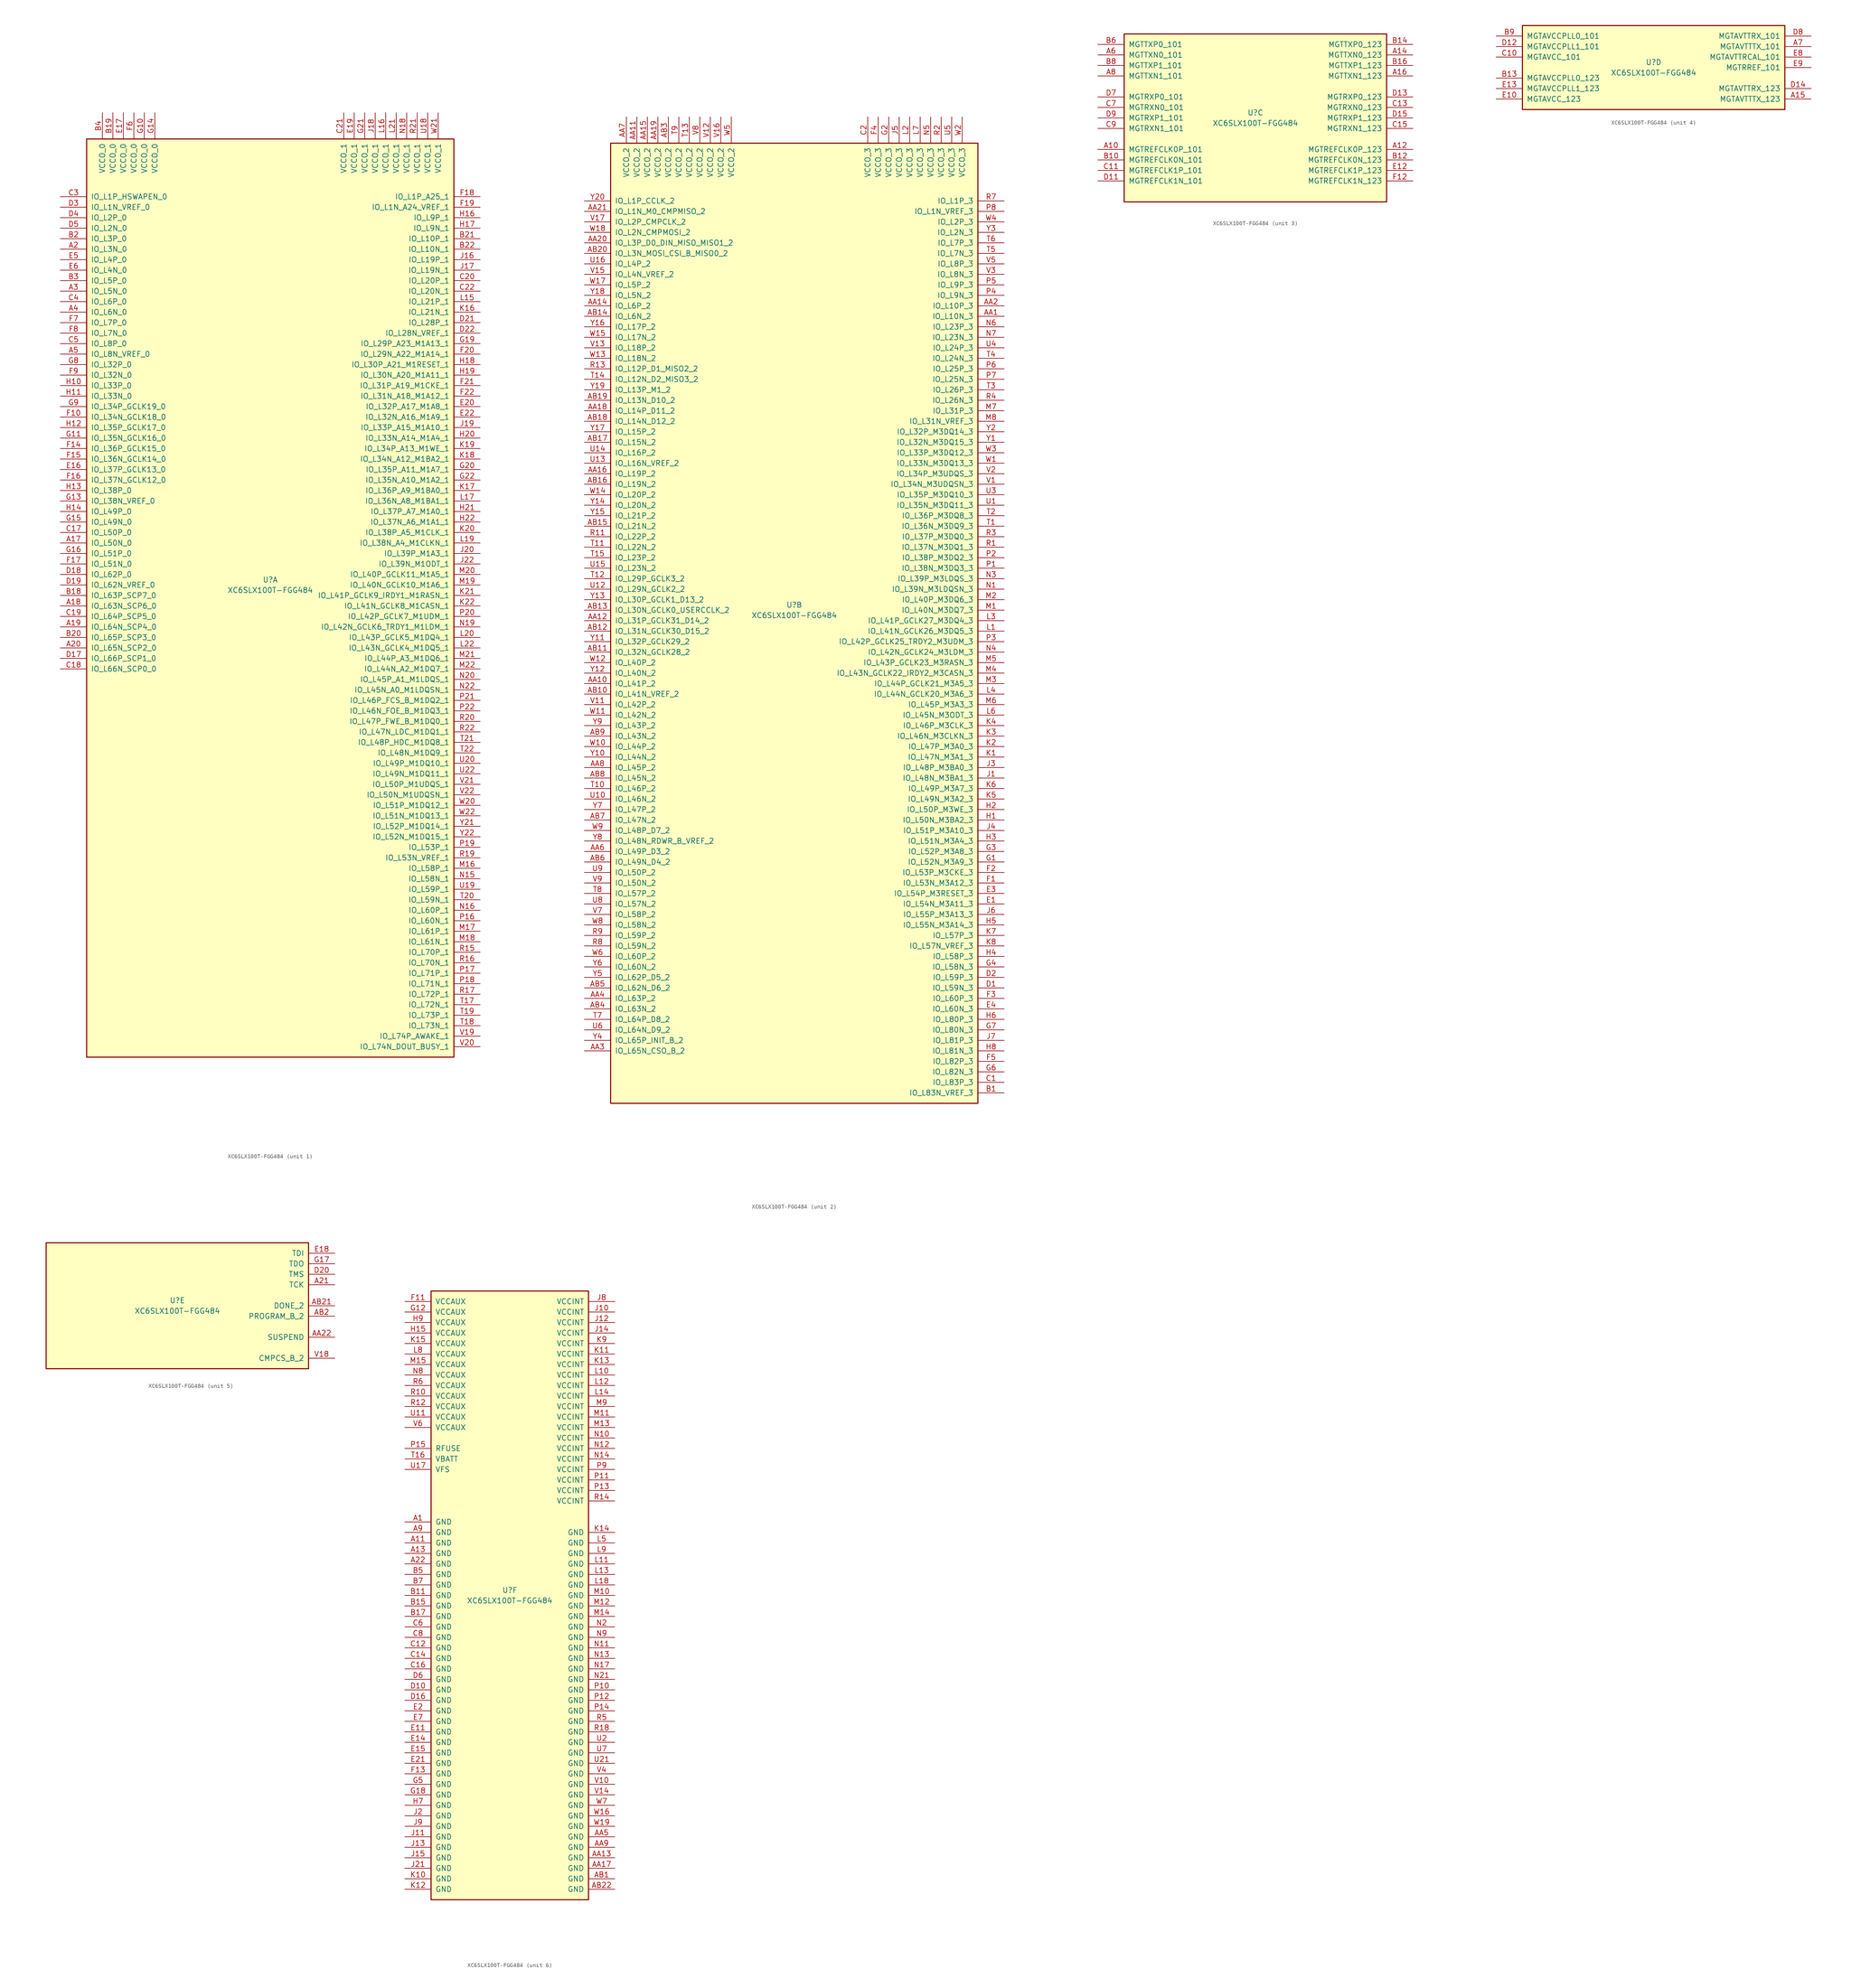
<source format=kicad_sym>
(kicad_symbol_lib
  (version 20201005)
  (generator kicad_symbol_editor)
  (symbol "FPGA_Xilinx_Spartan6:XC6SLX100T-FGG484"
    (pin_names
      (offset 1.016))
    (property "Reference" "U"
      (at 0 1.27 0)
      (effects (font (size 1.27 1.27))))
    (property "Value" "XC6SLX100T-FGG484"
      (at 0 -1.27 0)
      (effects (font (size 1.27 1.27))))
    (property "Datasheet" ""
      (at 0 0 0)
      (effects (font (size 1.27 1.27))))
    (property "ki_locked" ""
      (at 0 0 0)
      (effects (font (size 1.27 1.27))))
    (symbol "XC6SLX100T-FGG484_1_1"
      (rectangle (start -44.45 107.95) (end 44.45 -114.3) (stroke (width 0.254)) (fill (type background)))
      (pin power_in line (at -40.64 114.3 270) (length 6.35) (name "VCCO_0" (effects (font (size 1.27 1.27)))) (number "B4" (effects (font (size 1.27 1.27)))))
      (pin power_in line (at -38.1 114.3 270) (length 6.35) (name "VCCO_0" (effects (font (size 1.27 1.27)))) (number "B19" (effects (font (size 1.27 1.27)))))
      (pin power_in line (at -35.56 114.3 270) (length 6.35) (name "VCCO_0" (effects (font (size 1.27 1.27)))) (number "E17" (effects (font (size 1.27 1.27)))))
      (pin power_in line (at -33.02 114.3 270) (length 6.35) (name "VCCO_0" (effects (font (size 1.27 1.27)))) (number "F6" (effects (font (size 1.27 1.27)))))
      (pin power_in line (at -30.48 114.3 270) (length 6.35) (name "VCCO_0" (effects (font (size 1.27 1.27)))) (number "G10" (effects (font (size 1.27 1.27)))))
      (pin power_in line (at -27.94 114.3 270) (length 6.35) (name "VCCO_0" (effects (font (size 1.27 1.27)))) (number "G14" (effects (font (size 1.27 1.27)))))
      (pin bidirectional line (at -50.8 93.98 0) (length 6.35) (name "IO_L1P_HSWAPEN_0" (effects (font (size 1.27 1.27)))) (number "C3" (effects (font (size 1.27 1.27)))))
      (pin bidirectional line (at -50.8 91.44 0) (length 6.35) (name "IO_L1N_VREF_0" (effects (font (size 1.27 1.27)))) (number "D3" (effects (font (size 1.27 1.27)))))
      (pin bidirectional line (at -50.8 88.9 0) (length 6.35) (name "IO_L2P_0" (effects (font (size 1.27 1.27)))) (number "D4" (effects (font (size 1.27 1.27)))))
      (pin bidirectional line (at -50.8 86.36 0) (length 6.35) (name "IO_L2N_0" (effects (font (size 1.27 1.27)))) (number "D5" (effects (font (size 1.27 1.27)))))
      (pin bidirectional line (at -50.8 83.82 0) (length 6.35) (name "IO_L3P_0" (effects (font (size 1.27 1.27)))) (number "B2" (effects (font (size 1.27 1.27)))))
      (pin bidirectional line (at -50.8 81.28 0) (length 6.35) (name "IO_L3N_0" (effects (font (size 1.27 1.27)))) (number "A2" (effects (font (size 1.27 1.27)))))
      (pin bidirectional line (at -50.8 78.74 0) (length 6.35) (name "IO_L4P_0" (effects (font (size 1.27 1.27)))) (number "E5" (effects (font (size 1.27 1.27)))))
      (pin bidirectional line (at -50.8 76.2 0) (length 6.35) (name "IO_L4N_0" (effects (font (size 1.27 1.27)))) (number "E6" (effects (font (size 1.27 1.27)))))
      (pin bidirectional line (at -50.8 73.66 0) (length 6.35) (name "IO_L5P_0" (effects (font (size 1.27 1.27)))) (number "B3" (effects (font (size 1.27 1.27)))))
      (pin bidirectional line (at -50.8 71.12 0) (length 6.35) (name "IO_L5N_0" (effects (font (size 1.27 1.27)))) (number "A3" (effects (font (size 1.27 1.27)))))
      (pin bidirectional line (at -50.8 68.58 0) (length 6.35) (name "IO_L6P_0" (effects (font (size 1.27 1.27)))) (number "C4" (effects (font (size 1.27 1.27)))))
      (pin bidirectional line (at -50.8 66.04 0) (length 6.35) (name "IO_L6N_0" (effects (font (size 1.27 1.27)))) (number "A4" (effects (font (size 1.27 1.27)))))
      (pin bidirectional line (at -50.8 63.5 0) (length 6.35) (name "IO_L7P_0" (effects (font (size 1.27 1.27)))) (number "F7" (effects (font (size 1.27 1.27)))))
      (pin bidirectional line (at -50.8 60.96 0) (length 6.35) (name "IO_L7N_0" (effects (font (size 1.27 1.27)))) (number "F8" (effects (font (size 1.27 1.27)))))
      (pin bidirectional line (at -50.8 58.42 0) (length 6.35) (name "IO_L8P_0" (effects (font (size 1.27 1.27)))) (number "C5" (effects (font (size 1.27 1.27)))))
      (pin bidirectional line (at -50.8 55.88 0) (length 6.35) (name "IO_L8N_VREF_0" (effects (font (size 1.27 1.27)))) (number "A5" (effects (font (size 1.27 1.27)))))
      (pin bidirectional line (at -50.8 53.34 0) (length 6.35) (name "IO_L32P_0" (effects (font (size 1.27 1.27)))) (number "G8" (effects (font (size 1.27 1.27)))))
      (pin bidirectional line (at -50.8 50.8 0) (length 6.35) (name "IO_L32N_0" (effects (font (size 1.27 1.27)))) (number "F9" (effects (font (size 1.27 1.27)))))
      (pin bidirectional line (at -50.8 48.26 0) (length 6.35) (name "IO_L33P_0" (effects (font (size 1.27 1.27)))) (number "H10" (effects (font (size 1.27 1.27)))))
      (pin bidirectional line (at -50.8 45.72 0) (length 6.35) (name "IO_L33N_0" (effects (font (size 1.27 1.27)))) (number "H11" (effects (font (size 1.27 1.27)))))
      (pin bidirectional line (at -50.8 43.18 0) (length 6.35) (name "IO_L34P_GCLK19_0" (effects (font (size 1.27 1.27)))) (number "G9" (effects (font (size 1.27 1.27)))))
      (pin bidirectional line (at -50.8 40.64 0) (length 6.35) (name "IO_L34N_GCLK18_0" (effects (font (size 1.27 1.27)))) (number "F10" (effects (font (size 1.27 1.27)))))
      (pin bidirectional line (at -50.8 38.1 0) (length 6.35) (name "IO_L35P_GCLK17_0" (effects (font (size 1.27 1.27)))) (number "H12" (effects (font (size 1.27 1.27)))))
      (pin bidirectional line (at -50.8 35.56 0) (length 6.35) (name "IO_L35N_GCLK16_0" (effects (font (size 1.27 1.27)))) (number "G11" (effects (font (size 1.27 1.27)))))
      (pin bidirectional line (at -50.8 33.02 0) (length 6.35) (name "IO_L36P_GCLK15_0" (effects (font (size 1.27 1.27)))) (number "F14" (effects (font (size 1.27 1.27)))))
      (pin bidirectional line (at -50.8 30.48 0) (length 6.35) (name "IO_L36N_GCLK14_0" (effects (font (size 1.27 1.27)))) (number "F15" (effects (font (size 1.27 1.27)))))
      (pin bidirectional line (at -50.8 27.94 0) (length 6.35) (name "IO_L37P_GCLK13_0" (effects (font (size 1.27 1.27)))) (number "E16" (effects (font (size 1.27 1.27)))))
      (pin bidirectional line (at -50.8 25.4 0) (length 6.35) (name "IO_L37N_GCLK12_0" (effects (font (size 1.27 1.27)))) (number "F16" (effects (font (size 1.27 1.27)))))
      (pin bidirectional line (at -50.8 22.86 0) (length 6.35) (name "IO_L38P_0" (effects (font (size 1.27 1.27)))) (number "H13" (effects (font (size 1.27 1.27)))))
      (pin bidirectional line (at -50.8 20.32 0) (length 6.35) (name "IO_L38N_VREF_0" (effects (font (size 1.27 1.27)))) (number "G13" (effects (font (size 1.27 1.27)))))
      (pin bidirectional line (at -50.8 17.78 0) (length 6.35) (name "IO_L49P_0" (effects (font (size 1.27 1.27)))) (number "H14" (effects (font (size 1.27 1.27)))))
      (pin bidirectional line (at -50.8 15.24 0) (length 6.35) (name "IO_L49N_0" (effects (font (size 1.27 1.27)))) (number "G15" (effects (font (size 1.27 1.27)))))
      (pin bidirectional line (at -50.8 12.7 0) (length 6.35) (name "IO_L50P_0" (effects (font (size 1.27 1.27)))) (number "C17" (effects (font (size 1.27 1.27)))))
      (pin bidirectional line (at -50.8 10.16 0) (length 6.35) (name "IO_L50N_0" (effects (font (size 1.27 1.27)))) (number "A17" (effects (font (size 1.27 1.27)))))
      (pin bidirectional line (at -50.8 7.62 0) (length 6.35) (name "IO_L51P_0" (effects (font (size 1.27 1.27)))) (number "G16" (effects (font (size 1.27 1.27)))))
      (pin bidirectional line (at -50.8 5.08 0) (length 6.35) (name "IO_L51N_0" (effects (font (size 1.27 1.27)))) (number "F17" (effects (font (size 1.27 1.27)))))
      (pin bidirectional line (at -50.8 2.54 0) (length 6.35) (name "IO_L62P_0" (effects (font (size 1.27 1.27)))) (number "D18" (effects (font (size 1.27 1.27)))))
      (pin bidirectional line (at -50.8 0 0) (length 6.35) (name "IO_L62N_VREF_0" (effects (font (size 1.27 1.27)))) (number "D19" (effects (font (size 1.27 1.27)))))
      (pin bidirectional line (at -50.8 -2.54 0) (length 6.35) (name "IO_L63P_SCP7_0" (effects (font (size 1.27 1.27)))) (number "B18" (effects (font (size 1.27 1.27)))))
      (pin bidirectional line (at -50.8 -5.08 0) (length 6.35) (name "IO_L63N_SCP6_0" (effects (font (size 1.27 1.27)))) (number "A18" (effects (font (size 1.27 1.27)))))
      (pin bidirectional line (at -50.8 -7.62 0) (length 6.35) (name "IO_L64P_SCP5_0" (effects (font (size 1.27 1.27)))) (number "C19" (effects (font (size 1.27 1.27)))))
      (pin bidirectional line (at -50.8 -10.16 0) (length 6.35) (name "IO_L64N_SCP4_0" (effects (font (size 1.27 1.27)))) (number "A19" (effects (font (size 1.27 1.27)))))
      (pin bidirectional line (at -50.8 -12.7 0) (length 6.35) (name "IO_L65P_SCP3_0" (effects (font (size 1.27 1.27)))) (number "B20" (effects (font (size 1.27 1.27)))))
      (pin bidirectional line (at -50.8 -15.24 0) (length 6.35) (name "IO_L65N_SCP2_0" (effects (font (size 1.27 1.27)))) (number "A20" (effects (font (size 1.27 1.27)))))
      (pin bidirectional line (at -50.8 -17.78 0) (length 6.35) (name "IO_L66P_SCP1_0" (effects (font (size 1.27 1.27)))) (number "D17" (effects (font (size 1.27 1.27)))))
      (pin bidirectional line (at -50.8 -20.32 0) (length 6.35) (name "IO_L66N_SCP0_0" (effects (font (size 1.27 1.27)))) (number "C18" (effects (font (size 1.27 1.27)))))
      (pin power_in line (at 17.78 114.3 270) (length 6.35) (name "VCCO_1" (effects (font (size 1.27 1.27)))) (number "C21" (effects (font (size 1.27 1.27)))))
      (pin power_in line (at 20.32 114.3 270) (length 6.35) (name "VCCO_1" (effects (font (size 1.27 1.27)))) (number "E19" (effects (font (size 1.27 1.27)))))
      (pin power_in line (at 22.86 114.3 270) (length 6.35) (name "VCCO_1" (effects (font (size 1.27 1.27)))) (number "G21" (effects (font (size 1.27 1.27)))))
      (pin power_in line (at 25.4 114.3 270) (length 6.35) (name "VCCO_1" (effects (font (size 1.27 1.27)))) (number "J18" (effects (font (size 1.27 1.27)))))
      (pin power_in line (at 27.94 114.3 270) (length 6.35) (name "VCCO_1" (effects (font (size 1.27 1.27)))) (number "L16" (effects (font (size 1.27 1.27)))))
      (pin power_in line (at 30.48 114.3 270) (length 6.35) (name "VCCO_1" (effects (font (size 1.27 1.27)))) (number "L21" (effects (font (size 1.27 1.27)))))
      (pin power_in line (at 33.02 114.3 270) (length 6.35) (name "VCCO_1" (effects (font (size 1.27 1.27)))) (number "N18" (effects (font (size 1.27 1.27)))))
      (pin power_in line (at 35.56 114.3 270) (length 6.35) (name "VCCO_1" (effects (font (size 1.27 1.27)))) (number "R21" (effects (font (size 1.27 1.27)))))
      (pin power_in line (at 38.1 114.3 270) (length 6.35) (name "VCCO_1" (effects (font (size 1.27 1.27)))) (number "U18" (effects (font (size 1.27 1.27)))))
      (pin power_in line (at 40.64 114.3 270) (length 6.35) (name "VCCO_1" (effects (font (size 1.27 1.27)))) (number "W21" (effects (font (size 1.27 1.27)))))
      (pin bidirectional line (at 50.8 93.98 180) (length 6.35) (name "IO_L1P_A25_1" (effects (font (size 1.27 1.27)))) (number "F18" (effects (font (size 1.27 1.27)))))
      (pin bidirectional line (at 50.8 91.44 180) (length 6.35) (name "IO_L1N_A24_VREF_1" (effects (font (size 1.27 1.27)))) (number "F19" (effects (font (size 1.27 1.27)))))
      (pin bidirectional line (at 50.8 88.9 180) (length 6.35) (name "IO_L9P_1" (effects (font (size 1.27 1.27)))) (number "H16" (effects (font (size 1.27 1.27)))))
      (pin bidirectional line (at 50.8 86.36 180) (length 6.35) (name "IO_L9N_1" (effects (font (size 1.27 1.27)))) (number "H17" (effects (font (size 1.27 1.27)))))
      (pin bidirectional line (at 50.8 83.82 180) (length 6.35) (name "IO_L10P_1" (effects (font (size 1.27 1.27)))) (number "B21" (effects (font (size 1.27 1.27)))))
      (pin bidirectional line (at 50.8 81.28 180) (length 6.35) (name "IO_L10N_1" (effects (font (size 1.27 1.27)))) (number "B22" (effects (font (size 1.27 1.27)))))
      (pin bidirectional line (at 50.8 78.74 180) (length 6.35) (name "IO_L19P_1" (effects (font (size 1.27 1.27)))) (number "J16" (effects (font (size 1.27 1.27)))))
      (pin bidirectional line (at 50.8 76.2 180) (length 6.35) (name "IO_L19N_1" (effects (font (size 1.27 1.27)))) (number "J17" (effects (font (size 1.27 1.27)))))
      (pin bidirectional line (at 50.8 73.66 180) (length 6.35) (name "IO_L20P_1" (effects (font (size 1.27 1.27)))) (number "C20" (effects (font (size 1.27 1.27)))))
      (pin bidirectional line (at 50.8 71.12 180) (length 6.35) (name "IO_L20N_1" (effects (font (size 1.27 1.27)))) (number "C22" (effects (font (size 1.27 1.27)))))
      (pin bidirectional line (at 50.8 68.58 180) (length 6.35) (name "IO_L21P_1" (effects (font (size 1.27 1.27)))) (number "L15" (effects (font (size 1.27 1.27)))))
      (pin bidirectional line (at 50.8 66.04 180) (length 6.35) (name "IO_L21N_1" (effects (font (size 1.27 1.27)))) (number "K16" (effects (font (size 1.27 1.27)))))
      (pin bidirectional line (at 50.8 63.5 180) (length 6.35) (name "IO_L28P_1" (effects (font (size 1.27 1.27)))) (number "D21" (effects (font (size 1.27 1.27)))))
      (pin bidirectional line (at 50.8 60.96 180) (length 6.35) (name "IO_L28N_VREF_1" (effects (font (size 1.27 1.27)))) (number "D22" (effects (font (size 1.27 1.27)))))
      (pin bidirectional line (at 50.8 58.42 180) (length 6.35) (name "IO_L29P_A23_M1A13_1" (effects (font (size 1.27 1.27)))) (number "G19" (effects (font (size 1.27 1.27)))))
      (pin bidirectional line (at 50.8 55.88 180) (length 6.35) (name "IO_L29N_A22_M1A14_1" (effects (font (size 1.27 1.27)))) (number "F20" (effects (font (size 1.27 1.27)))))
      (pin bidirectional line (at 50.8 53.34 180) (length 6.35) (name "IO_L30P_A21_M1RESET_1" (effects (font (size 1.27 1.27)))) (number "H18" (effects (font (size 1.27 1.27)))))
      (pin bidirectional line (at 50.8 50.8 180) (length 6.35) (name "IO_L30N_A20_M1A11_1" (effects (font (size 1.27 1.27)))) (number "H19" (effects (font (size 1.27 1.27)))))
      (pin bidirectional line (at 50.8 48.26 180) (length 6.35) (name "IO_L31P_A19_M1CKE_1" (effects (font (size 1.27 1.27)))) (number "F21" (effects (font (size 1.27 1.27)))))
      (pin bidirectional line (at 50.8 45.72 180) (length 6.35) (name "IO_L31N_A18_M1A12_1" (effects (font (size 1.27 1.27)))) (number "F22" (effects (font (size 1.27 1.27)))))
      (pin bidirectional line (at 50.8 43.18 180) (length 6.35) (name "IO_L32P_A17_M1A8_1" (effects (font (size 1.27 1.27)))) (number "E20" (effects (font (size 1.27 1.27)))))
      (pin bidirectional line (at 50.8 40.64 180) (length 6.35) (name "IO_L32N_A16_M1A9_1" (effects (font (size 1.27 1.27)))) (number "E22" (effects (font (size 1.27 1.27)))))
      (pin bidirectional line (at 50.8 38.1 180) (length 6.35) (name "IO_L33P_A15_M1A10_1" (effects (font (size 1.27 1.27)))) (number "J19" (effects (font (size 1.27 1.27)))))
      (pin bidirectional line (at 50.8 35.56 180) (length 6.35) (name "IO_L33N_A14_M1A4_1" (effects (font (size 1.27 1.27)))) (number "H20" (effects (font (size 1.27 1.27)))))
      (pin bidirectional line (at 50.8 33.02 180) (length 6.35) (name "IO_L34P_A13_M1WE_1" (effects (font (size 1.27 1.27)))) (number "K19" (effects (font (size 1.27 1.27)))))
      (pin bidirectional line (at 50.8 30.48 180) (length 6.35) (name "IO_L34N_A12_M1BA2_1" (effects (font (size 1.27 1.27)))) (number "K18" (effects (font (size 1.27 1.27)))))
      (pin bidirectional line (at 50.8 27.94 180) (length 6.35) (name "IO_L35P_A11_M1A7_1" (effects (font (size 1.27 1.27)))) (number "G20" (effects (font (size 1.27 1.27)))))
      (pin bidirectional line (at 50.8 25.4 180) (length 6.35) (name "IO_L35N_A10_M1A2_1" (effects (font (size 1.27 1.27)))) (number "G22" (effects (font (size 1.27 1.27)))))
      (pin bidirectional line (at 50.8 22.86 180) (length 6.35) (name "IO_L36P_A9_M1BA0_1" (effects (font (size 1.27 1.27)))) (number "K17" (effects (font (size 1.27 1.27)))))
      (pin bidirectional line (at 50.8 20.32 180) (length 6.35) (name "IO_L36N_A8_M1BA1_1" (effects (font (size 1.27 1.27)))) (number "L17" (effects (font (size 1.27 1.27)))))
      (pin bidirectional line (at 50.8 17.78 180) (length 6.35) (name "IO_L37P_A7_M1A0_1" (effects (font (size 1.27 1.27)))) (number "H21" (effects (font (size 1.27 1.27)))))
      (pin bidirectional line (at 50.8 15.24 180) (length 6.35) (name "IO_L37N_A6_M1A1_1" (effects (font (size 1.27 1.27)))) (number "H22" (effects (font (size 1.27 1.27)))))
      (pin bidirectional line (at 50.8 12.7 180) (length 6.35) (name "IO_L38P_A5_M1CLK_1" (effects (font (size 1.27 1.27)))) (number "K20" (effects (font (size 1.27 1.27)))))
      (pin bidirectional line (at 50.8 10.16 180) (length 6.35) (name "IO_L38N_A4_M1CLKN_1" (effects (font (size 1.27 1.27)))) (number "L19" (effects (font (size 1.27 1.27)))))
      (pin bidirectional line (at 50.8 7.62 180) (length 6.35) (name "IO_L39P_M1A3_1" (effects (font (size 1.27 1.27)))) (number "J20" (effects (font (size 1.27 1.27)))))
      (pin bidirectional line (at 50.8 5.08 180) (length 6.35) (name "IO_L39N_M1ODT_1" (effects (font (size 1.27 1.27)))) (number "J22" (effects (font (size 1.27 1.27)))))
      (pin bidirectional line (at 50.8 2.54 180) (length 6.35) (name "IO_L40P_GCLK11_M1A5_1" (effects (font (size 1.27 1.27)))) (number "M20" (effects (font (size 1.27 1.27)))))
      (pin bidirectional line (at 50.8 0 180) (length 6.35) (name "IO_L40N_GCLK10_M1A6_1" (effects (font (size 1.27 1.27)))) (number "M19" (effects (font (size 1.27 1.27)))))
      (pin bidirectional line (at 50.8 -2.54 180) (length 6.35) (name "IO_L41P_GCLK9_IRDY1_M1RASN_1" (effects (font (size 1.27 1.27)))) (number "K21" (effects (font (size 1.27 1.27)))))
      (pin bidirectional line (at 50.8 -5.08 180) (length 6.35) (name "IO_L41N_GCLK8_M1CASN_1" (effects (font (size 1.27 1.27)))) (number "K22" (effects (font (size 1.27 1.27)))))
      (pin bidirectional line (at 50.8 -7.62 180) (length 6.35) (name "IO_L42P_GCLK7_M1UDM_1" (effects (font (size 1.27 1.27)))) (number "P20" (effects (font (size 1.27 1.27)))))
      (pin bidirectional line (at 50.8 -10.16 180) (length 6.35) (name "IO_L42N_GCLK6_TRDY1_M1LDM_1" (effects (font (size 1.27 1.27)))) (number "N19" (effects (font (size 1.27 1.27)))))
      (pin bidirectional line (at 50.8 -12.7 180) (length 6.35) (name "IO_L43P_GCLK5_M1DQ4_1" (effects (font (size 1.27 1.27)))) (number "L20" (effects (font (size 1.27 1.27)))))
      (pin bidirectional line (at 50.8 -15.24 180) (length 6.35) (name "IO_L43N_GCLK4_M1DQ5_1" (effects (font (size 1.27 1.27)))) (number "L22" (effects (font (size 1.27 1.27)))))
      (pin bidirectional line (at 50.8 -17.78 180) (length 6.35) (name "IO_L44P_A3_M1DQ6_1" (effects (font (size 1.27 1.27)))) (number "M21" (effects (font (size 1.27 1.27)))))
      (pin bidirectional line (at 50.8 -20.32 180) (length 6.35) (name "IO_L44N_A2_M1DQ7_1" (effects (font (size 1.27 1.27)))) (number "M22" (effects (font (size 1.27 1.27)))))
      (pin bidirectional line (at 50.8 -22.86 180) (length 6.35) (name "IO_L45P_A1_M1LDQS_1" (effects (font (size 1.27 1.27)))) (number "N20" (effects (font (size 1.27 1.27)))))
      (pin bidirectional line (at 50.8 -25.4 180) (length 6.35) (name "IO_L45N_A0_M1LDQSN_1" (effects (font (size 1.27 1.27)))) (number "N22" (effects (font (size 1.27 1.27)))))
      (pin bidirectional line (at 50.8 -27.94 180) (length 6.35) (name "IO_L46P_FCS_B_M1DQ2_1" (effects (font (size 1.27 1.27)))) (number "P21" (effects (font (size 1.27 1.27)))))
      (pin bidirectional line (at 50.8 -30.48 180) (length 6.35) (name "IO_L46N_FOE_B_M1DQ3_1" (effects (font (size 1.27 1.27)))) (number "P22" (effects (font (size 1.27 1.27)))))
      (pin bidirectional line (at 50.8 -33.02 180) (length 6.35) (name "IO_L47P_FWE_B_M1DQ0_1" (effects (font (size 1.27 1.27)))) (number "R20" (effects (font (size 1.27 1.27)))))
      (pin bidirectional line (at 50.8 -35.56 180) (length 6.35) (name "IO_L47N_LDC_M1DQ1_1" (effects (font (size 1.27 1.27)))) (number "R22" (effects (font (size 1.27 1.27)))))
      (pin bidirectional line (at 50.8 -38.1 180) (length 6.35) (name "IO_L48P_HDC_M1DQ8_1" (effects (font (size 1.27 1.27)))) (number "T21" (effects (font (size 1.27 1.27)))))
      (pin bidirectional line (at 50.8 -40.64 180) (length 6.35) (name "IO_L48N_M1DQ9_1" (effects (font (size 1.27 1.27)))) (number "T22" (effects (font (size 1.27 1.27)))))
      (pin bidirectional line (at 50.8 -43.18 180) (length 6.35) (name "IO_L49P_M1DQ10_1" (effects (font (size 1.27 1.27)))) (number "U20" (effects (font (size 1.27 1.27)))))
      (pin bidirectional line (at 50.8 -45.72 180) (length 6.35) (name "IO_L49N_M1DQ11_1" (effects (font (size 1.27 1.27)))) (number "U22" (effects (font (size 1.27 1.27)))))
      (pin bidirectional line (at 50.8 -48.26 180) (length 6.35) (name "IO_L50P_M1UDQS_1" (effects (font (size 1.27 1.27)))) (number "V21" (effects (font (size 1.27 1.27)))))
      (pin bidirectional line (at 50.8 -50.8 180) (length 6.35) (name "IO_L50N_M1UDQSN_1" (effects (font (size 1.27 1.27)))) (number "V22" (effects (font (size 1.27 1.27)))))
      (pin bidirectional line (at 50.8 -53.34 180) (length 6.35) (name "IO_L51P_M1DQ12_1" (effects (font (size 1.27 1.27)))) (number "W20" (effects (font (size 1.27 1.27)))))
      (pin bidirectional line (at 50.8 -55.88 180) (length 6.35) (name "IO_L51N_M1DQ13_1" (effects (font (size 1.27 1.27)))) (number "W22" (effects (font (size 1.27 1.27)))))
      (pin bidirectional line (at 50.8 -58.42 180) (length 6.35) (name "IO_L52P_M1DQ14_1" (effects (font (size 1.27 1.27)))) (number "Y21" (effects (font (size 1.27 1.27)))))
      (pin bidirectional line (at 50.8 -60.96 180) (length 6.35) (name "IO_L52N_M1DQ15_1" (effects (font (size 1.27 1.27)))) (number "Y22" (effects (font (size 1.27 1.27)))))
      (pin bidirectional line (at 50.8 -63.5 180) (length 6.35) (name "IO_L53P_1" (effects (font (size 1.27 1.27)))) (number "P19" (effects (font (size 1.27 1.27)))))
      (pin bidirectional line (at 50.8 -66.04 180) (length 6.35) (name "IO_L53N_VREF_1" (effects (font (size 1.27 1.27)))) (number "R19" (effects (font (size 1.27 1.27)))))
      (pin bidirectional line (at 50.8 -68.58 180) (length 6.35) (name "IO_L58P_1" (effects (font (size 1.27 1.27)))) (number "M16" (effects (font (size 1.27 1.27)))))
      (pin bidirectional line (at 50.8 -71.12 180) (length 6.35) (name "IO_L58N_1" (effects (font (size 1.27 1.27)))) (number "N15" (effects (font (size 1.27 1.27)))))
      (pin bidirectional line (at 50.8 -73.66 180) (length 6.35) (name "IO_L59P_1" (effects (font (size 1.27 1.27)))) (number "U19" (effects (font (size 1.27 1.27)))))
      (pin bidirectional line (at 50.8 -76.2 180) (length 6.35) (name "IO_L59N_1" (effects (font (size 1.27 1.27)))) (number "T20" (effects (font (size 1.27 1.27)))))
      (pin bidirectional line (at 50.8 -78.74 180) (length 6.35) (name "IO_L60P_1" (effects (font (size 1.27 1.27)))) (number "N16" (effects (font (size 1.27 1.27)))))
      (pin bidirectional line (at 50.8 -81.28 180) (length 6.35) (name "IO_L60N_1" (effects (font (size 1.27 1.27)))) (number "P16" (effects (font (size 1.27 1.27)))))
      (pin bidirectional line (at 50.8 -83.82 180) (length 6.35) (name "IO_L61P_1" (effects (font (size 1.27 1.27)))) (number "M17" (effects (font (size 1.27 1.27)))))
      (pin bidirectional line (at 50.8 -86.36 180) (length 6.35) (name "IO_L61N_1" (effects (font (size 1.27 1.27)))) (number "M18" (effects (font (size 1.27 1.27)))))
      (pin bidirectional line (at 50.8 -88.9 180) (length 6.35) (name "IO_L70P_1" (effects (font (size 1.27 1.27)))) (number "R15" (effects (font (size 1.27 1.27)))))
      (pin bidirectional line (at 50.8 -91.44 180) (length 6.35) (name "IO_L70N_1" (effects (font (size 1.27 1.27)))) (number "R16" (effects (font (size 1.27 1.27)))))
      (pin bidirectional line (at 50.8 -93.98 180) (length 6.35) (name "IO_L71P_1" (effects (font (size 1.27 1.27)))) (number "P17" (effects (font (size 1.27 1.27)))))
      (pin bidirectional line (at 50.8 -96.52 180) (length 6.35) (name "IO_L71N_1" (effects (font (size 1.27 1.27)))) (number "P18" (effects (font (size 1.27 1.27)))))
      (pin bidirectional line (at 50.8 -99.06 180) (length 6.35) (name "IO_L72P_1" (effects (font (size 1.27 1.27)))) (number "R17" (effects (font (size 1.27 1.27)))))
      (pin bidirectional line (at 50.8 -101.6 180) (length 6.35) (name "IO_L72N_1" (effects (font (size 1.27 1.27)))) (number "T17" (effects (font (size 1.27 1.27)))))
      (pin bidirectional line (at 50.8 -104.14 180) (length 6.35) (name "IO_L73P_1" (effects (font (size 1.27 1.27)))) (number "T19" (effects (font (size 1.27 1.27)))))
      (pin bidirectional line (at 50.8 -106.68 180) (length 6.35) (name "IO_L73N_1" (effects (font (size 1.27 1.27)))) (number "T18" (effects (font (size 1.27 1.27)))))
      (pin bidirectional line (at 50.8 -109.22 180) (length 6.35) (name "IO_L74P_AWAKE_1" (effects (font (size 1.27 1.27)))) (number "V19" (effects (font (size 1.27 1.27)))))
      (pin bidirectional line (at 50.8 -111.76 180) (length 6.35) (name "IO_L74N_DOUT_BUSY_1" (effects (font (size 1.27 1.27)))) (number "V20" (effects (font (size 1.27 1.27))))))
    (symbol "XC6SLX100T-FGG484_2_1"
      (rectangle (start -44.45 113.03) (end 44.45 -119.38) (stroke (width 0.254)) (fill (type background)))
      (pin power_in line (at -40.64 119.38 270) (length 6.35) (name "VCCO_2" (effects (font (size 1.27 1.27)))) (number "AA7" (effects (font (size 1.27 1.27)))))
      (pin power_in line (at -38.1 119.38 270) (length 6.35) (name "VCCO_2" (effects (font (size 1.27 1.27)))) (number "AA11" (effects (font (size 1.27 1.27)))))
      (pin power_in line (at -35.56 119.38 270) (length 6.35) (name "VCCO_2" (effects (font (size 1.27 1.27)))) (number "AA15" (effects (font (size 1.27 1.27)))))
      (pin power_in line (at -33.02 119.38 270) (length 6.35) (name "VCCO_2" (effects (font (size 1.27 1.27)))) (number "AA19" (effects (font (size 1.27 1.27)))))
      (pin power_in line (at -30.48 119.38 270) (length 6.35) (name "VCCO_2" (effects (font (size 1.27 1.27)))) (number "AB3" (effects (font (size 1.27 1.27)))))
      (pin power_in line (at -27.94 119.38 270) (length 6.35) (name "VCCO_2" (effects (font (size 1.27 1.27)))) (number "T9" (effects (font (size 1.27 1.27)))))
      (pin power_in line (at -25.4 119.38 270) (length 6.35) (name "VCCO_2" (effects (font (size 1.27 1.27)))) (number "T13" (effects (font (size 1.27 1.27)))))
      (pin power_in line (at -22.86 119.38 270) (length 6.35) (name "VCCO_2" (effects (font (size 1.27 1.27)))) (number "V8" (effects (font (size 1.27 1.27)))))
      (pin power_in line (at -20.32 119.38 270) (length 6.35) (name "VCCO_2" (effects (font (size 1.27 1.27)))) (number "V12" (effects (font (size 1.27 1.27)))))
      (pin power_in line (at -17.78 119.38 270) (length 6.35) (name "VCCO_2" (effects (font (size 1.27 1.27)))) (number "V16" (effects (font (size 1.27 1.27)))))
      (pin power_in line (at -15.24 119.38 270) (length 6.35) (name "VCCO_2" (effects (font (size 1.27 1.27)))) (number "W5" (effects (font (size 1.27 1.27)))))
      (pin bidirectional line (at -50.8 99.06 0) (length 6.35) (name "IO_L1P_CCLK_2" (effects (font (size 1.27 1.27)))) (number "Y20" (effects (font (size 1.27 1.27)))))
      (pin bidirectional line (at -50.8 96.52 0) (length 6.35) (name "IO_L1N_M0_CMPMISO_2" (effects (font (size 1.27 1.27)))) (number "AA21" (effects (font (size 1.27 1.27)))))
      (pin bidirectional line (at -50.8 93.98 0) (length 6.35) (name "IO_L2P_CMPCLK_2" (effects (font (size 1.27 1.27)))) (number "V17" (effects (font (size 1.27 1.27)))))
      (pin bidirectional line (at -50.8 91.44 0) (length 6.35) (name "IO_L2N_CMPMOSI_2" (effects (font (size 1.27 1.27)))) (number "W18" (effects (font (size 1.27 1.27)))))
      (pin bidirectional line (at -50.8 88.9 0) (length 6.35) (name "IO_L3P_D0_DIN_MISO_MISO1_2" (effects (font (size 1.27 1.27)))) (number "AA20" (effects (font (size 1.27 1.27)))))
      (pin bidirectional line (at -50.8 86.36 0) (length 6.35) (name "IO_L3N_MOSI_CSI_B_MISO0_2" (effects (font (size 1.27 1.27)))) (number "AB20" (effects (font (size 1.27 1.27)))))
      (pin bidirectional line (at -50.8 83.82 0) (length 6.35) (name "IO_L4P_2" (effects (font (size 1.27 1.27)))) (number "U16" (effects (font (size 1.27 1.27)))))
      (pin bidirectional line (at -50.8 81.28 0) (length 6.35) (name "IO_L4N_VREF_2" (effects (font (size 1.27 1.27)))) (number "V15" (effects (font (size 1.27 1.27)))))
      (pin bidirectional line (at -50.8 78.74 0) (length 6.35) (name "IO_L5P_2" (effects (font (size 1.27 1.27)))) (number "W17" (effects (font (size 1.27 1.27)))))
      (pin bidirectional line (at -50.8 76.2 0) (length 6.35) (name "IO_L5N_2" (effects (font (size 1.27 1.27)))) (number "Y18" (effects (font (size 1.27 1.27)))))
      (pin bidirectional line (at -50.8 73.66 0) (length 6.35) (name "IO_L6P_2" (effects (font (size 1.27 1.27)))) (number "AA14" (effects (font (size 1.27 1.27)))))
      (pin bidirectional line (at -50.8 71.12 0) (length 6.35) (name "IO_L6N_2" (effects (font (size 1.27 1.27)))) (number "AB14" (effects (font (size 1.27 1.27)))))
      (pin bidirectional line (at -50.8 68.58 0) (length 6.35) (name "IO_L17P_2" (effects (font (size 1.27 1.27)))) (number "Y16" (effects (font (size 1.27 1.27)))))
      (pin bidirectional line (at -50.8 66.04 0) (length 6.35) (name "IO_L17N_2" (effects (font (size 1.27 1.27)))) (number "W15" (effects (font (size 1.27 1.27)))))
      (pin bidirectional line (at -50.8 63.5 0) (length 6.35) (name "IO_L18P_2" (effects (font (size 1.27 1.27)))) (number "V13" (effects (font (size 1.27 1.27)))))
      (pin bidirectional line (at -50.8 60.96 0) (length 6.35) (name "IO_L18N_2" (effects (font (size 1.27 1.27)))) (number "W13" (effects (font (size 1.27 1.27)))))
      (pin bidirectional line (at -50.8 58.42 0) (length 6.35) (name "IO_L12P_D1_MISO2_2" (effects (font (size 1.27 1.27)))) (number "R13" (effects (font (size 1.27 1.27)))))
      (pin bidirectional line (at -50.8 55.88 0) (length 6.35) (name "IO_L12N_D2_MISO3_2" (effects (font (size 1.27 1.27)))) (number "T14" (effects (font (size 1.27 1.27)))))
      (pin bidirectional line (at -50.8 53.34 0) (length 6.35) (name "IO_L13P_M1_2" (effects (font (size 1.27 1.27)))) (number "Y19" (effects (font (size 1.27 1.27)))))
      (pin bidirectional line (at -50.8 50.8 0) (length 6.35) (name "IO_L13N_D10_2" (effects (font (size 1.27 1.27)))) (number "AB19" (effects (font (size 1.27 1.27)))))
      (pin bidirectional line (at -50.8 48.26 0) (length 6.35) (name "IO_L14P_D11_2" (effects (font (size 1.27 1.27)))) (number "AA18" (effects (font (size 1.27 1.27)))))
      (pin bidirectional line (at -50.8 45.72 0) (length 6.35) (name "IO_L14N_D12_2" (effects (font (size 1.27 1.27)))) (number "AB18" (effects (font (size 1.27 1.27)))))
      (pin bidirectional line (at -50.8 43.18 0) (length 6.35) (name "IO_L15P_2" (effects (font (size 1.27 1.27)))) (number "Y17" (effects (font (size 1.27 1.27)))))
      (pin bidirectional line (at -50.8 40.64 0) (length 6.35) (name "IO_L15N_2" (effects (font (size 1.27 1.27)))) (number "AB17" (effects (font (size 1.27 1.27)))))
      (pin bidirectional line (at -50.8 38.1 0) (length 6.35) (name "IO_L16P_2" (effects (font (size 1.27 1.27)))) (number "U14" (effects (font (size 1.27 1.27)))))
      (pin bidirectional line (at -50.8 35.56 0) (length 6.35) (name "IO_L16N_VREF_2" (effects (font (size 1.27 1.27)))) (number "U13" (effects (font (size 1.27 1.27)))))
      (pin bidirectional line (at -50.8 33.02 0) (length 6.35) (name "IO_L19P_2" (effects (font (size 1.27 1.27)))) (number "AA16" (effects (font (size 1.27 1.27)))))
      (pin bidirectional line (at -50.8 30.48 0) (length 6.35) (name "IO_L19N_2" (effects (font (size 1.27 1.27)))) (number "AB16" (effects (font (size 1.27 1.27)))))
      (pin bidirectional line (at -50.8 27.94 0) (length 6.35) (name "IO_L20P_2" (effects (font (size 1.27 1.27)))) (number "W14" (effects (font (size 1.27 1.27)))))
      (pin bidirectional line (at -50.8 25.4 0) (length 6.35) (name "IO_L20N_2" (effects (font (size 1.27 1.27)))) (number "Y14" (effects (font (size 1.27 1.27)))))
      (pin bidirectional line (at -50.8 22.86 0) (length 6.35) (name "IO_L21P_2" (effects (font (size 1.27 1.27)))) (number "Y15" (effects (font (size 1.27 1.27)))))
      (pin bidirectional line (at -50.8 20.32 0) (length 6.35) (name "IO_L21N_2" (effects (font (size 1.27 1.27)))) (number "AB15" (effects (font (size 1.27 1.27)))))
      (pin bidirectional line (at -50.8 17.78 0) (length 6.35) (name "IO_L22P_2" (effects (font (size 1.27 1.27)))) (number "R11" (effects (font (size 1.27 1.27)))))
      (pin bidirectional line (at -50.8 15.24 0) (length 6.35) (name "IO_L22N_2" (effects (font (size 1.27 1.27)))) (number "T11" (effects (font (size 1.27 1.27)))))
      (pin bidirectional line (at -50.8 12.7 0) (length 6.35) (name "IO_L23P_2" (effects (font (size 1.27 1.27)))) (number "T15" (effects (font (size 1.27 1.27)))))
      (pin bidirectional line (at -50.8 10.16 0) (length 6.35) (name "IO_L23N_2" (effects (font (size 1.27 1.27)))) (number "U15" (effects (font (size 1.27 1.27)))))
      (pin bidirectional line (at -50.8 7.62 0) (length 6.35) (name "IO_L29P_GCLK3_2" (effects (font (size 1.27 1.27)))) (number "T12" (effects (font (size 1.27 1.27)))))
      (pin bidirectional line (at -50.8 5.08 0) (length 6.35) (name "IO_L29N_GCLK2_2" (effects (font (size 1.27 1.27)))) (number "U12" (effects (font (size 1.27 1.27)))))
      (pin bidirectional line (at -50.8 2.54 0) (length 6.35) (name "IO_L30P_GCLK1_D13_2" (effects (font (size 1.27 1.27)))) (number "Y13" (effects (font (size 1.27 1.27)))))
      (pin bidirectional line (at -50.8 0 0) (length 6.35) (name "IO_L30N_GCLK0_USERCCLK_2" (effects (font (size 1.27 1.27)))) (number "AB13" (effects (font (size 1.27 1.27)))))
      (pin bidirectional line (at -50.8 -2.54 0) (length 6.35) (name "IO_L31P_GCLK31_D14_2" (effects (font (size 1.27 1.27)))) (number "AA12" (effects (font (size 1.27 1.27)))))
      (pin bidirectional line (at -50.8 -5.08 0) (length 6.35) (name "IO_L31N_GCLK30_D15_2" (effects (font (size 1.27 1.27)))) (number "AB12" (effects (font (size 1.27 1.27)))))
      (pin bidirectional line (at -50.8 -7.62 0) (length 6.35) (name "IO_L32P_GCLK29_2" (effects (font (size 1.27 1.27)))) (number "Y11" (effects (font (size 1.27 1.27)))))
      (pin bidirectional line (at -50.8 -10.16 0) (length 6.35) (name "IO_L32N_GCLK28_2" (effects (font (size 1.27 1.27)))) (number "AB11" (effects (font (size 1.27 1.27)))))
      (pin bidirectional line (at -50.8 -12.7 0) (length 6.35) (name "IO_L40P_2" (effects (font (size 1.27 1.27)))) (number "W12" (effects (font (size 1.27 1.27)))))
      (pin bidirectional line (at -50.8 -15.24 0) (length 6.35) (name "IO_L40N_2" (effects (font (size 1.27 1.27)))) (number "Y12" (effects (font (size 1.27 1.27)))))
      (pin bidirectional line (at -50.8 -17.78 0) (length 6.35) (name "IO_L41P_2" (effects (font (size 1.27 1.27)))) (number "AA10" (effects (font (size 1.27 1.27)))))
      (pin bidirectional line (at -50.8 -20.32 0) (length 6.35) (name "IO_L41N_VREF_2" (effects (font (size 1.27 1.27)))) (number "AB10" (effects (font (size 1.27 1.27)))))
      (pin bidirectional line (at -50.8 -22.86 0) (length 6.35) (name "IO_L42P_2" (effects (font (size 1.27 1.27)))) (number "V11" (effects (font (size 1.27 1.27)))))
      (pin bidirectional line (at -50.8 -25.4 0) (length 6.35) (name "IO_L42N_2" (effects (font (size 1.27 1.27)))) (number "W11" (effects (font (size 1.27 1.27)))))
      (pin bidirectional line (at -50.8 -27.94 0) (length 6.35) (name "IO_L43P_2" (effects (font (size 1.27 1.27)))) (number "Y9" (effects (font (size 1.27 1.27)))))
      (pin bidirectional line (at -50.8 -30.48 0) (length 6.35) (name "IO_L43N_2" (effects (font (size 1.27 1.27)))) (number "AB9" (effects (font (size 1.27 1.27)))))
      (pin bidirectional line (at -50.8 -33.02 0) (length 6.35) (name "IO_L44P_2" (effects (font (size 1.27 1.27)))) (number "W10" (effects (font (size 1.27 1.27)))))
      (pin bidirectional line (at -50.8 -35.56 0) (length 6.35) (name "IO_L44N_2" (effects (font (size 1.27 1.27)))) (number "Y10" (effects (font (size 1.27 1.27)))))
      (pin bidirectional line (at -50.8 -38.1 0) (length 6.35) (name "IO_L45P_2" (effects (font (size 1.27 1.27)))) (number "AA8" (effects (font (size 1.27 1.27)))))
      (pin bidirectional line (at -50.8 -40.64 0) (length 6.35) (name "IO_L45N_2" (effects (font (size 1.27 1.27)))) (number "AB8" (effects (font (size 1.27 1.27)))))
      (pin bidirectional line (at -50.8 -43.18 0) (length 6.35) (name "IO_L46P_2" (effects (font (size 1.27 1.27)))) (number "T10" (effects (font (size 1.27 1.27)))))
      (pin bidirectional line (at -50.8 -45.72 0) (length 6.35) (name "IO_L46N_2" (effects (font (size 1.27 1.27)))) (number "U10" (effects (font (size 1.27 1.27)))))
      (pin bidirectional line (at -50.8 -48.26 0) (length 6.35) (name "IO_L47P_2" (effects (font (size 1.27 1.27)))) (number "Y7" (effects (font (size 1.27 1.27)))))
      (pin bidirectional line (at -50.8 -50.8 0) (length 6.35) (name "IO_L47N_2" (effects (font (size 1.27 1.27)))) (number "AB7" (effects (font (size 1.27 1.27)))))
      (pin bidirectional line (at -50.8 -53.34 0) (length 6.35) (name "IO_L48P_D7_2" (effects (font (size 1.27 1.27)))) (number "W9" (effects (font (size 1.27 1.27)))))
      (pin bidirectional line (at -50.8 -55.88 0) (length 6.35) (name "IO_L48N_RDWR_B_VREF_2" (effects (font (size 1.27 1.27)))) (number "Y8" (effects (font (size 1.27 1.27)))))
      (pin bidirectional line (at -50.8 -58.42 0) (length 6.35) (name "IO_L49P_D3_2" (effects (font (size 1.27 1.27)))) (number "AA6" (effects (font (size 1.27 1.27)))))
      (pin bidirectional line (at -50.8 -60.96 0) (length 6.35) (name "IO_L49N_D4_2" (effects (font (size 1.27 1.27)))) (number "AB6" (effects (font (size 1.27 1.27)))))
      (pin bidirectional line (at -50.8 -63.5 0) (length 6.35) (name "IO_L50P_2" (effects (font (size 1.27 1.27)))) (number "U9" (effects (font (size 1.27 1.27)))))
      (pin bidirectional line (at -50.8 -66.04 0) (length 6.35) (name "IO_L50N_2" (effects (font (size 1.27 1.27)))) (number "V9" (effects (font (size 1.27 1.27)))))
      (pin bidirectional line (at -50.8 -68.58 0) (length 6.35) (name "IO_L57P_2" (effects (font (size 1.27 1.27)))) (number "T8" (effects (font (size 1.27 1.27)))))
      (pin bidirectional line (at -50.8 -71.12 0) (length 6.35) (name "IO_L57N_2" (effects (font (size 1.27 1.27)))) (number "U8" (effects (font (size 1.27 1.27)))))
      (pin bidirectional line (at -50.8 -73.66 0) (length 6.35) (name "IO_L58P_2" (effects (font (size 1.27 1.27)))) (number "V7" (effects (font (size 1.27 1.27)))))
      (pin bidirectional line (at -50.8 -76.2 0) (length 6.35) (name "IO_L58N_2" (effects (font (size 1.27 1.27)))) (number "W8" (effects (font (size 1.27 1.27)))))
      (pin bidirectional line (at -50.8 -78.74 0) (length 6.35) (name "IO_L59P_2" (effects (font (size 1.27 1.27)))) (number "R9" (effects (font (size 1.27 1.27)))))
      (pin bidirectional line (at -50.8 -81.28 0) (length 6.35) (name "IO_L59N_2" (effects (font (size 1.27 1.27)))) (number "R8" (effects (font (size 1.27 1.27)))))
      (pin bidirectional line (at -50.8 -83.82 0) (length 6.35) (name "IO_L60P_2" (effects (font (size 1.27 1.27)))) (number "W6" (effects (font (size 1.27 1.27)))))
      (pin bidirectional line (at -50.8 -86.36 0) (length 6.35) (name "IO_L60N_2" (effects (font (size 1.27 1.27)))) (number "Y6" (effects (font (size 1.27 1.27)))))
      (pin bidirectional line (at -50.8 -88.9 0) (length 6.35) (name "IO_L62P_D5_2" (effects (font (size 1.27 1.27)))) (number "Y5" (effects (font (size 1.27 1.27)))))
      (pin bidirectional line (at -50.8 -91.44 0) (length 6.35) (name "IO_L62N_D6_2" (effects (font (size 1.27 1.27)))) (number "AB5" (effects (font (size 1.27 1.27)))))
      (pin bidirectional line (at -50.8 -93.98 0) (length 6.35) (name "IO_L63P_2" (effects (font (size 1.27 1.27)))) (number "AA4" (effects (font (size 1.27 1.27)))))
      (pin bidirectional line (at -50.8 -96.52 0) (length 6.35) (name "IO_L63N_2" (effects (font (size 1.27 1.27)))) (number "AB4" (effects (font (size 1.27 1.27)))))
      (pin bidirectional line (at -50.8 -99.06 0) (length 6.35) (name "IO_L64P_D8_2" (effects (font (size 1.27 1.27)))) (number "T7" (effects (font (size 1.27 1.27)))))
      (pin bidirectional line (at -50.8 -101.6 0) (length 6.35) (name "IO_L64N_D9_2" (effects (font (size 1.27 1.27)))) (number "U6" (effects (font (size 1.27 1.27)))))
      (pin bidirectional line (at -50.8 -104.14 0) (length 6.35) (name "IO_L65P_INIT_B_2" (effects (font (size 1.27 1.27)))) (number "Y4" (effects (font (size 1.27 1.27)))))
      (pin bidirectional line (at -50.8 -106.68 0) (length 6.35) (name "IO_L65N_CSO_B_2" (effects (font (size 1.27 1.27)))) (number "AA3" (effects (font (size 1.27 1.27)))))
      (pin power_in line (at 17.78 119.38 270) (length 6.35) (name "VCCO_3" (effects (font (size 1.27 1.27)))) (number "C2" (effects (font (size 1.27 1.27)))))
      (pin power_in line (at 20.32 119.38 270) (length 6.35) (name "VCCO_3" (effects (font (size 1.27 1.27)))) (number "F4" (effects (font (size 1.27 1.27)))))
      (pin power_in line (at 22.86 119.38 270) (length 6.35) (name "VCCO_3" (effects (font (size 1.27 1.27)))) (number "G2" (effects (font (size 1.27 1.27)))))
      (pin power_in line (at 25.4 119.38 270) (length 6.35) (name "VCCO_3" (effects (font (size 1.27 1.27)))) (number "J5" (effects (font (size 1.27 1.27)))))
      (pin power_in line (at 27.94 119.38 270) (length 6.35) (name "VCCO_3" (effects (font (size 1.27 1.27)))) (number "L2" (effects (font (size 1.27 1.27)))))
      (pin power_in line (at 30.48 119.38 270) (length 6.35) (name "VCCO_3" (effects (font (size 1.27 1.27)))) (number "L7" (effects (font (size 1.27 1.27)))))
      (pin power_in line (at 33.02 119.38 270) (length 6.35) (name "VCCO_3" (effects (font (size 1.27 1.27)))) (number "N5" (effects (font (size 1.27 1.27)))))
      (pin power_in line (at 35.56 119.38 270) (length 6.35) (name "VCCO_3" (effects (font (size 1.27 1.27)))) (number "R2" (effects (font (size 1.27 1.27)))))
      (pin power_in line (at 38.1 119.38 270) (length 6.35) (name "VCCO_3" (effects (font (size 1.27 1.27)))) (number "U5" (effects (font (size 1.27 1.27)))))
      (pin power_in line (at 40.64 119.38 270) (length 6.35) (name "VCCO_3" (effects (font (size 1.27 1.27)))) (number "W2" (effects (font (size 1.27 1.27)))))
      (pin bidirectional line (at 50.8 99.06 180) (length 6.35) (name "IO_L1P_3" (effects (font (size 1.27 1.27)))) (number "R7" (effects (font (size 1.27 1.27)))))
      (pin bidirectional line (at 50.8 96.52 180) (length 6.35) (name "IO_L1N_VREF_3" (effects (font (size 1.27 1.27)))) (number "P8" (effects (font (size 1.27 1.27)))))
      (pin bidirectional line (at 50.8 93.98 180) (length 6.35) (name "IO_L2P_3" (effects (font (size 1.27 1.27)))) (number "W4" (effects (font (size 1.27 1.27)))))
      (pin bidirectional line (at 50.8 91.44 180) (length 6.35) (name "IO_L2N_3" (effects (font (size 1.27 1.27)))) (number "Y3" (effects (font (size 1.27 1.27)))))
      (pin bidirectional line (at 50.8 88.9 180) (length 6.35) (name "IO_L7P_3" (effects (font (size 1.27 1.27)))) (number "T6" (effects (font (size 1.27 1.27)))))
      (pin bidirectional line (at 50.8 86.36 180) (length 6.35) (name "IO_L7N_3" (effects (font (size 1.27 1.27)))) (number "T5" (effects (font (size 1.27 1.27)))))
      (pin bidirectional line (at 50.8 83.82 180) (length 6.35) (name "IO_L8P_3" (effects (font (size 1.27 1.27)))) (number "V5" (effects (font (size 1.27 1.27)))))
      (pin bidirectional line (at 50.8 81.28 180) (length 6.35) (name "IO_L8N_3" (effects (font (size 1.27 1.27)))) (number "V3" (effects (font (size 1.27 1.27)))))
      (pin bidirectional line (at 50.8 78.74 180) (length 6.35) (name "IO_L9P_3" (effects (font (size 1.27 1.27)))) (number "P5" (effects (font (size 1.27 1.27)))))
      (pin bidirectional line (at 50.8 76.2 180) (length 6.35) (name "IO_L9N_3" (effects (font (size 1.27 1.27)))) (number "P4" (effects (font (size 1.27 1.27)))))
      (pin bidirectional line (at 50.8 73.66 180) (length 6.35) (name "IO_L10P_3" (effects (font (size 1.27 1.27)))) (number "AA2" (effects (font (size 1.27 1.27)))))
      (pin bidirectional line (at 50.8 71.12 180) (length 6.35) (name "IO_L10N_3" (effects (font (size 1.27 1.27)))) (number "AA1" (effects (font (size 1.27 1.27)))))
      (pin bidirectional line (at 50.8 68.58 180) (length 6.35) (name "IO_L23P_3" (effects (font (size 1.27 1.27)))) (number "N6" (effects (font (size 1.27 1.27)))))
      (pin bidirectional line (at 50.8 66.04 180) (length 6.35) (name "IO_L23N_3" (effects (font (size 1.27 1.27)))) (number "N7" (effects (font (size 1.27 1.27)))))
      (pin bidirectional line (at 50.8 63.5 180) (length 6.35) (name "IO_L24P_3" (effects (font (size 1.27 1.27)))) (number "U4" (effects (font (size 1.27 1.27)))))
      (pin bidirectional line (at 50.8 60.96 180) (length 6.35) (name "IO_L24N_3" (effects (font (size 1.27 1.27)))) (number "T4" (effects (font (size 1.27 1.27)))))
      (pin bidirectional line (at 50.8 58.42 180) (length 6.35) (name "IO_L25P_3" (effects (font (size 1.27 1.27)))) (number "P6" (effects (font (size 1.27 1.27)))))
      (pin bidirectional line (at 50.8 55.88 180) (length 6.35) (name "IO_L25N_3" (effects (font (size 1.27 1.27)))) (number "P7" (effects (font (size 1.27 1.27)))))
      (pin bidirectional line (at 50.8 53.34 180) (length 6.35) (name "IO_L26P_3" (effects (font (size 1.27 1.27)))) (number "T3" (effects (font (size 1.27 1.27)))))
      (pin bidirectional line (at 50.8 50.8 180) (length 6.35) (name "IO_L26N_3" (effects (font (size 1.27 1.27)))) (number "R4" (effects (font (size 1.27 1.27)))))
      (pin bidirectional line (at 50.8 48.26 180) (length 6.35) (name "IO_L31P_3" (effects (font (size 1.27 1.27)))) (number "M7" (effects (font (size 1.27 1.27)))))
      (pin bidirectional line (at 50.8 45.72 180) (length 6.35) (name "IO_L31N_VREF_3" (effects (font (size 1.27 1.27)))) (number "M8" (effects (font (size 1.27 1.27)))))
      (pin bidirectional line (at 50.8 43.18 180) (length 6.35) (name "IO_L32P_M3DQ14_3" (effects (font (size 1.27 1.27)))) (number "Y2" (effects (font (size 1.27 1.27)))))
      (pin bidirectional line (at 50.8 40.64 180) (length 6.35) (name "IO_L32N_M3DQ15_3" (effects (font (size 1.27 1.27)))) (number "Y1" (effects (font (size 1.27 1.27)))))
      (pin bidirectional line (at 50.8 38.1 180) (length 6.35) (name "IO_L33P_M3DQ12_3" (effects (font (size 1.27 1.27)))) (number "W3" (effects (font (size 1.27 1.27)))))
      (pin bidirectional line (at 50.8 35.56 180) (length 6.35) (name "IO_L33N_M3DQ13_3" (effects (font (size 1.27 1.27)))) (number "W1" (effects (font (size 1.27 1.27)))))
      (pin bidirectional line (at 50.8 33.02 180) (length 6.35) (name "IO_L34P_M3UDQS_3" (effects (font (size 1.27 1.27)))) (number "V2" (effects (font (size 1.27 1.27)))))
      (pin bidirectional line (at 50.8 30.48 180) (length 6.35) (name "IO_L34N_M3UDQSN_3" (effects (font (size 1.27 1.27)))) (number "V1" (effects (font (size 1.27 1.27)))))
      (pin bidirectional line (at 50.8 27.94 180) (length 6.35) (name "IO_L35P_M3DQ10_3" (effects (font (size 1.27 1.27)))) (number "U3" (effects (font (size 1.27 1.27)))))
      (pin bidirectional line (at 50.8 25.4 180) (length 6.35) (name "IO_L35N_M3DQ11_3" (effects (font (size 1.27 1.27)))) (number "U1" (effects (font (size 1.27 1.27)))))
      (pin bidirectional line (at 50.8 22.86 180) (length 6.35) (name "IO_L36P_M3DQ8_3" (effects (font (size 1.27 1.27)))) (number "T2" (effects (font (size 1.27 1.27)))))
      (pin bidirectional line (at 50.8 20.32 180) (length 6.35) (name "IO_L36N_M3DQ9_3" (effects (font (size 1.27 1.27)))) (number "T1" (effects (font (size 1.27 1.27)))))
      (pin bidirectional line (at 50.8 17.78 180) (length 6.35) (name "IO_L37P_M3DQ0_3" (effects (font (size 1.27 1.27)))) (number "R3" (effects (font (size 1.27 1.27)))))
      (pin bidirectional line (at 50.8 15.24 180) (length 6.35) (name "IO_L37N_M3DQ1_3" (effects (font (size 1.27 1.27)))) (number "R1" (effects (font (size 1.27 1.27)))))
      (pin bidirectional line (at 50.8 12.7 180) (length 6.35) (name "IO_L38P_M3DQ2_3" (effects (font (size 1.27 1.27)))) (number "P2" (effects (font (size 1.27 1.27)))))
      (pin bidirectional line (at 50.8 10.16 180) (length 6.35) (name "IO_L38N_M3DQ3_3" (effects (font (size 1.27 1.27)))) (number "P1" (effects (font (size 1.27 1.27)))))
      (pin bidirectional line (at 50.8 7.62 180) (length 6.35) (name "IO_L39P_M3LDQS_3" (effects (font (size 1.27 1.27)))) (number "N3" (effects (font (size 1.27 1.27)))))
      (pin bidirectional line (at 50.8 5.08 180) (length 6.35) (name "IO_L39N_M3LDQSN_3" (effects (font (size 1.27 1.27)))) (number "N1" (effects (font (size 1.27 1.27)))))
      (pin bidirectional line (at 50.8 2.54 180) (length 6.35) (name "IO_L40P_M3DQ6_3" (effects (font (size 1.27 1.27)))) (number "M2" (effects (font (size 1.27 1.27)))))
      (pin bidirectional line (at 50.8 0 180) (length 6.35) (name "IO_L40N_M3DQ7_3" (effects (font (size 1.27 1.27)))) (number "M1" (effects (font (size 1.27 1.27)))))
      (pin bidirectional line (at 50.8 -2.54 180) (length 6.35) (name "IO_L41P_GCLK27_M3DQ4_3" (effects (font (size 1.27 1.27)))) (number "L3" (effects (font (size 1.27 1.27)))))
      (pin bidirectional line (at 50.8 -5.08 180) (length 6.35) (name "IO_L41N_GCLK26_M3DQ5_3" (effects (font (size 1.27 1.27)))) (number "L1" (effects (font (size 1.27 1.27)))))
      (pin bidirectional line (at 50.8 -7.62 180) (length 6.35) (name "IO_L42P_GCLK25_TRDY2_M3UDM_3" (effects (font (size 1.27 1.27)))) (number "P3" (effects (font (size 1.27 1.27)))))
      (pin bidirectional line (at 50.8 -10.16 180) (length 6.35) (name "IO_L42N_GCLK24_M3LDM_3" (effects (font (size 1.27 1.27)))) (number "N4" (effects (font (size 1.27 1.27)))))
      (pin bidirectional line (at 50.8 -12.7 180) (length 6.35) (name "IO_L43P_GCLK23_M3RASN_3" (effects (font (size 1.27 1.27)))) (number "M5" (effects (font (size 1.27 1.27)))))
      (pin bidirectional line (at 50.8 -15.24 180) (length 6.35) (name "IO_L43N_GCLK22_IRDY2_M3CASN_3" (effects (font (size 1.27 1.27)))) (number "M4" (effects (font (size 1.27 1.27)))))
      (pin bidirectional line (at 50.8 -17.78 180) (length 6.35) (name "IO_L44P_GCLK21_M3A5_3" (effects (font (size 1.27 1.27)))) (number "M3" (effects (font (size 1.27 1.27)))))
      (pin bidirectional line (at 50.8 -20.32 180) (length 6.35) (name "IO_L44N_GCLK20_M3A6_3" (effects (font (size 1.27 1.27)))) (number "L4" (effects (font (size 1.27 1.27)))))
      (pin bidirectional line (at 50.8 -22.86 180) (length 6.35) (name "IO_L45P_M3A3_3" (effects (font (size 1.27 1.27)))) (number "M6" (effects (font (size 1.27 1.27)))))
      (pin bidirectional line (at 50.8 -25.4 180) (length 6.35) (name "IO_L45N_M3ODT_3" (effects (font (size 1.27 1.27)))) (number "L6" (effects (font (size 1.27 1.27)))))
      (pin bidirectional line (at 50.8 -27.94 180) (length 6.35) (name "IO_L46P_M3CLK_3" (effects (font (size 1.27 1.27)))) (number "K4" (effects (font (size 1.27 1.27)))))
      (pin bidirectional line (at 50.8 -30.48 180) (length 6.35) (name "IO_L46N_M3CLKN_3" (effects (font (size 1.27 1.27)))) (number "K3" (effects (font (size 1.27 1.27)))))
      (pin bidirectional line (at 50.8 -33.02 180) (length 6.35) (name "IO_L47P_M3A0_3" (effects (font (size 1.27 1.27)))) (number "K2" (effects (font (size 1.27 1.27)))))
      (pin bidirectional line (at 50.8 -35.56 180) (length 6.35) (name "IO_L47N_M3A1_3" (effects (font (size 1.27 1.27)))) (number "K1" (effects (font (size 1.27 1.27)))))
      (pin bidirectional line (at 50.8 -38.1 180) (length 6.35) (name "IO_L48P_M3BA0_3" (effects (font (size 1.27 1.27)))) (number "J3" (effects (font (size 1.27 1.27)))))
      (pin bidirectional line (at 50.8 -40.64 180) (length 6.35) (name "IO_L48N_M3BA1_3" (effects (font (size 1.27 1.27)))) (number "J1" (effects (font (size 1.27 1.27)))))
      (pin bidirectional line (at 50.8 -43.18 180) (length 6.35) (name "IO_L49P_M3A7_3" (effects (font (size 1.27 1.27)))) (number "K6" (effects (font (size 1.27 1.27)))))
      (pin bidirectional line (at 50.8 -45.72 180) (length 6.35) (name "IO_L49N_M3A2_3" (effects (font (size 1.27 1.27)))) (number "K5" (effects (font (size 1.27 1.27)))))
      (pin bidirectional line (at 50.8 -48.26 180) (length 6.35) (name "IO_L50P_M3WE_3" (effects (font (size 1.27 1.27)))) (number "H2" (effects (font (size 1.27 1.27)))))
      (pin bidirectional line (at 50.8 -50.8 180) (length 6.35) (name "IO_L50N_M3BA2_3" (effects (font (size 1.27 1.27)))) (number "H1" (effects (font (size 1.27 1.27)))))
      (pin bidirectional line (at 50.8 -53.34 180) (length 6.35) (name "IO_L51P_M3A10_3" (effects (font (size 1.27 1.27)))) (number "J4" (effects (font (size 1.27 1.27)))))
      (pin bidirectional line (at 50.8 -55.88 180) (length 6.35) (name "IO_L51N_M3A4_3" (effects (font (size 1.27 1.27)))) (number "H3" (effects (font (size 1.27 1.27)))))
      (pin bidirectional line (at 50.8 -58.42 180) (length 6.35) (name "IO_L52P_M3A8_3" (effects (font (size 1.27 1.27)))) (number "G3" (effects (font (size 1.27 1.27)))))
      (pin bidirectional line (at 50.8 -60.96 180) (length 6.35) (name "IO_L52N_M3A9_3" (effects (font (size 1.27 1.27)))) (number "G1" (effects (font (size 1.27 1.27)))))
      (pin bidirectional line (at 50.8 -63.5 180) (length 6.35) (name "IO_L53P_M3CKE_3" (effects (font (size 1.27 1.27)))) (number "F2" (effects (font (size 1.27 1.27)))))
      (pin bidirectional line (at 50.8 -66.04 180) (length 6.35) (name "IO_L53N_M3A12_3" (effects (font (size 1.27 1.27)))) (number "F1" (effects (font (size 1.27 1.27)))))
      (pin bidirectional line (at 50.8 -68.58 180) (length 6.35) (name "IO_L54P_M3RESET_3" (effects (font (size 1.27 1.27)))) (number "E3" (effects (font (size 1.27 1.27)))))
      (pin bidirectional line (at 50.8 -71.12 180) (length 6.35) (name "IO_L54N_M3A11_3" (effects (font (size 1.27 1.27)))) (number "E1" (effects (font (size 1.27 1.27)))))
      (pin bidirectional line (at 50.8 -73.66 180) (length 6.35) (name "IO_L55P_M3A13_3" (effects (font (size 1.27 1.27)))) (number "J6" (effects (font (size 1.27 1.27)))))
      (pin bidirectional line (at 50.8 -76.2 180) (length 6.35) (name "IO_L55N_M3A14_3" (effects (font (size 1.27 1.27)))) (number "H5" (effects (font (size 1.27 1.27)))))
      (pin bidirectional line (at 50.8 -78.74 180) (length 6.35) (name "IO_L57P_3" (effects (font (size 1.27 1.27)))) (number "K7" (effects (font (size 1.27 1.27)))))
      (pin bidirectional line (at 50.8 -81.28 180) (length 6.35) (name "IO_L57N_VREF_3" (effects (font (size 1.27 1.27)))) (number "K8" (effects (font (size 1.27 1.27)))))
      (pin bidirectional line (at 50.8 -83.82 180) (length 6.35) (name "IO_L58P_3" (effects (font (size 1.27 1.27)))) (number "H4" (effects (font (size 1.27 1.27)))))
      (pin bidirectional line (at 50.8 -86.36 180) (length 6.35) (name "IO_L58N_3" (effects (font (size 1.27 1.27)))) (number "G4" (effects (font (size 1.27 1.27)))))
      (pin bidirectional line (at 50.8 -88.9 180) (length 6.35) (name "IO_L59P_3" (effects (font (size 1.27 1.27)))) (number "D2" (effects (font (size 1.27 1.27)))))
      (pin bidirectional line (at 50.8 -91.44 180) (length 6.35) (name "IO_L59N_3" (effects (font (size 1.27 1.27)))) (number "D1" (effects (font (size 1.27 1.27)))))
      (pin bidirectional line (at 50.8 -93.98 180) (length 6.35) (name "IO_L60P_3" (effects (font (size 1.27 1.27)))) (number "F3" (effects (font (size 1.27 1.27)))))
      (pin bidirectional line (at 50.8 -96.52 180) (length 6.35) (name "IO_L60N_3" (effects (font (size 1.27 1.27)))) (number "E4" (effects (font (size 1.27 1.27)))))
      (pin bidirectional line (at 50.8 -99.06 180) (length 6.35) (name "IO_L80P_3" (effects (font (size 1.27 1.27)))) (number "H6" (effects (font (size 1.27 1.27)))))
      (pin bidirectional line (at 50.8 -101.6 180) (length 6.35) (name "IO_L80N_3" (effects (font (size 1.27 1.27)))) (number "G7" (effects (font (size 1.27 1.27)))))
      (pin bidirectional line (at 50.8 -104.14 180) (length 6.35) (name "IO_L81P_3" (effects (font (size 1.27 1.27)))) (number "J7" (effects (font (size 1.27 1.27)))))
      (pin bidirectional line (at 50.8 -106.68 180) (length 6.35) (name "IO_L81N_3" (effects (font (size 1.27 1.27)))) (number "H8" (effects (font (size 1.27 1.27)))))
      (pin bidirectional line (at 50.8 -109.22 180) (length 6.35) (name "IO_L82P_3" (effects (font (size 1.27 1.27)))) (number "F5" (effects (font (size 1.27 1.27)))))
      (pin bidirectional line (at 50.8 -111.76 180) (length 6.35) (name "IO_L82N_3" (effects (font (size 1.27 1.27)))) (number "G6" (effects (font (size 1.27 1.27)))))
      (pin bidirectional line (at 50.8 -114.3 180) (length 6.35) (name "IO_L83P_3" (effects (font (size 1.27 1.27)))) (number "C1" (effects (font (size 1.27 1.27)))))
      (pin bidirectional line (at 50.8 -116.84 180) (length 6.35) (name "IO_L83N_VREF_3" (effects (font (size 1.27 1.27)))) (number "B1" (effects (font (size 1.27 1.27))))))
    (symbol "XC6SLX100T-FGG484_3_1"
      (rectangle (start -31.75 20.32) (end 31.75 -20.32) (stroke (width 0.254)) (fill (type background)))
      (pin bidirectional line (at -38.1 17.78 0) (length 6.35) (name "MGTTXP0_101" (effects (font (size 1.27 1.27)))) (number "B6" (effects (font (size 1.27 1.27)))))
      (pin bidirectional line (at -38.1 15.24 0) (length 6.35) (name "MGTTXN0_101" (effects (font (size 1.27 1.27)))) (number "A6" (effects (font (size 1.27 1.27)))))
      (pin bidirectional line (at -38.1 12.7 0) (length 6.35) (name "MGTTXP1_101" (effects (font (size 1.27 1.27)))) (number "B8" (effects (font (size 1.27 1.27)))))
      (pin bidirectional line (at -38.1 10.16 0) (length 6.35) (name "MGTTXN1_101" (effects (font (size 1.27 1.27)))) (number "A8" (effects (font (size 1.27 1.27)))))
      (pin bidirectional line (at -38.1 5.08 0) (length 6.35) (name "MGTRXP0_101" (effects (font (size 1.27 1.27)))) (number "D7" (effects (font (size 1.27 1.27)))))
      (pin bidirectional line (at -38.1 2.54 0) (length 6.35) (name "MGTRXN0_101" (effects (font (size 1.27 1.27)))) (number "C7" (effects (font (size 1.27 1.27)))))
      (pin bidirectional line (at -38.1 0 0) (length 6.35) (name "MGTRXP1_101" (effects (font (size 1.27 1.27)))) (number "D9" (effects (font (size 1.27 1.27)))))
      (pin bidirectional line (at -38.1 -2.54 0) (length 6.35) (name "MGTRXN1_101" (effects (font (size 1.27 1.27)))) (number "C9" (effects (font (size 1.27 1.27)))))
      (pin bidirectional line (at -38.1 -7.62 0) (length 6.35) (name "MGTREFCLK0P_101" (effects (font (size 1.27 1.27)))) (number "A10" (effects (font (size 1.27 1.27)))))
      (pin bidirectional line (at -38.1 -10.16 0) (length 6.35) (name "MGTREFCLK0N_101" (effects (font (size 1.27 1.27)))) (number "B10" (effects (font (size 1.27 1.27)))))
      (pin bidirectional line (at -38.1 -12.7 0) (length 6.35) (name "MGTREFCLK1P_101" (effects (font (size 1.27 1.27)))) (number "C11" (effects (font (size 1.27 1.27)))))
      (pin bidirectional line (at -38.1 -15.24 0) (length 6.35) (name "MGTREFCLK1N_101" (effects (font (size 1.27 1.27)))) (number "D11" (effects (font (size 1.27 1.27)))))
      (pin bidirectional line (at 38.1 17.78 180) (length 6.35) (name "MGTTXP0_123" (effects (font (size 1.27 1.27)))) (number "B14" (effects (font (size 1.27 1.27)))))
      (pin bidirectional line (at 38.1 15.24 180) (length 6.35) (name "MGTTXN0_123" (effects (font (size 1.27 1.27)))) (number "A14" (effects (font (size 1.27 1.27)))))
      (pin bidirectional line (at 38.1 12.7 180) (length 6.35) (name "MGTTXP1_123" (effects (font (size 1.27 1.27)))) (number "B16" (effects (font (size 1.27 1.27)))))
      (pin bidirectional line (at 38.1 10.16 180) (length 6.35) (name "MGTTXN1_123" (effects (font (size 1.27 1.27)))) (number "A16" (effects (font (size 1.27 1.27)))))
      (pin bidirectional line (at 38.1 5.08 180) (length 6.35) (name "MGTRXP0_123" (effects (font (size 1.27 1.27)))) (number "D13" (effects (font (size 1.27 1.27)))))
      (pin bidirectional line (at 38.1 2.54 180) (length 6.35) (name "MGTRXN0_123" (effects (font (size 1.27 1.27)))) (number "C13" (effects (font (size 1.27 1.27)))))
      (pin bidirectional line (at 38.1 0 180) (length 6.35) (name "MGTRXP1_123" (effects (font (size 1.27 1.27)))) (number "D15" (effects (font (size 1.27 1.27)))))
      (pin bidirectional line (at 38.1 -2.54 180) (length 6.35) (name "MGTRXN1_123" (effects (font (size 1.27 1.27)))) (number "C15" (effects (font (size 1.27 1.27)))))
      (pin bidirectional line (at 38.1 -7.62 180) (length 6.35) (name "MGTREFCLK0P_123" (effects (font (size 1.27 1.27)))) (number "A12" (effects (font (size 1.27 1.27)))))
      (pin bidirectional line (at 38.1 -10.16 180) (length 6.35) (name "MGTREFCLK0N_123" (effects (font (size 1.27 1.27)))) (number "B12" (effects (font (size 1.27 1.27)))))
      (pin bidirectional line (at 38.1 -12.7 180) (length 6.35) (name "MGTREFCLK1P_123" (effects (font (size 1.27 1.27)))) (number "E12" (effects (font (size 1.27 1.27)))))
      (pin bidirectional line (at 38.1 -15.24 180) (length 6.35) (name "MGTREFCLK1N_123" (effects (font (size 1.27 1.27)))) (number "F12" (effects (font (size 1.27 1.27))))))
    (symbol "XC6SLX100T-FGG484_4_1"
      (rectangle (start -31.75 10.16) (end 31.75 -10.16) (stroke (width 0.254)) (fill (type background)))
      (pin power_in line (at -38.1 7.62 0) (length 6.35) (name "MGTAVCCPLL0_101" (effects (font (size 1.27 1.27)))) (number "B9" (effects (font (size 1.27 1.27)))))
      (pin power_in line (at -38.1 5.08 0) (length 6.35) (name "MGTAVCCPLL1_101" (effects (font (size 1.27 1.27)))) (number "D12" (effects (font (size 1.27 1.27)))))
      (pin power_in line (at -38.1 2.54 0) (length 6.35) (name "MGTAVCC_101" (effects (font (size 1.27 1.27)))) (number "C10" (effects (font (size 1.27 1.27)))))
      (pin power_in line (at -38.1 -2.54 0) (length 6.35) (name "MGTAVCCPLL0_123" (effects (font (size 1.27 1.27)))) (number "B13" (effects (font (size 1.27 1.27)))))
      (pin power_in line (at -38.1 -5.08 0) (length 6.35) (name "MGTAVCCPLL1_123" (effects (font (size 1.27 1.27)))) (number "E13" (effects (font (size 1.27 1.27)))))
      (pin power_in line (at -38.1 -7.62 0) (length 6.35) (name "MGTAVCC_123" (effects (font (size 1.27 1.27)))) (number "E10" (effects (font (size 1.27 1.27)))))
      (pin power_in line (at 38.1 7.62 180) (length 6.35) (name "MGTAVTTRX_101" (effects (font (size 1.27 1.27)))) (number "D8" (effects (font (size 1.27 1.27)))))
      (pin power_in line (at 38.1 5.08 180) (length 6.35) (name "MGTAVTTTX_101" (effects (font (size 1.27 1.27)))) (number "A7" (effects (font (size 1.27 1.27)))))
      (pin power_in line (at 38.1 2.54 180) (length 6.35) (name "MGTAVTTRCAL_101" (effects (font (size 1.27 1.27)))) (number "E8" (effects (font (size 1.27 1.27)))))
      (pin power_in line (at 38.1 0 180) (length 6.35) (name "MGTRREF_101" (effects (font (size 1.27 1.27)))) (number "E9" (effects (font (size 1.27 1.27)))))
      (pin power_in line (at 38.1 -5.08 180) (length 6.35) (name "MGTAVTTRX_123" (effects (font (size 1.27 1.27)))) (number "D14" (effects (font (size 1.27 1.27)))))
      (pin power_in line (at 38.1 -7.62 180) (length 6.35) (name "MGTAVTTTX_123" (effects (font (size 1.27 1.27)))) (number "A15" (effects (font (size 1.27 1.27))))))
    (symbol "XC6SLX100T-FGG484_5_1"
      (rectangle (start -31.75 15.24) (end 31.75 -15.24) (stroke (width 0.254)) (fill (type background)))
      (pin bidirectional line (at 38.1 12.7 180) (length 6.35) (name "TDI" (effects (font (size 1.27 1.27)))) (number "E18" (effects (font (size 1.27 1.27)))))
      (pin bidirectional line (at 38.1 10.16 180) (length 6.35) (name "TDO" (effects (font (size 1.27 1.27)))) (number "G17" (effects (font (size 1.27 1.27)))))
      (pin bidirectional line (at 38.1 7.62 180) (length 6.35) (name "TMS" (effects (font (size 1.27 1.27)))) (number "D20" (effects (font (size 1.27 1.27)))))
      (pin bidirectional line (at 38.1 5.08 180) (length 6.35) (name "TCK" (effects (font (size 1.27 1.27)))) (number "A21" (effects (font (size 1.27 1.27)))))
      (pin bidirectional line (at 38.1 0 180) (length 6.35) (name "DONE_2" (effects (font (size 1.27 1.27)))) (number "AB21" (effects (font (size 1.27 1.27)))))
      (pin bidirectional line (at 38.1 -2.54 180) (length 6.35) (name "PROGRAM_B_2" (effects (font (size 1.27 1.27)))) (number "AB2" (effects (font (size 1.27 1.27)))))
      (pin bidirectional line (at 38.1 -7.62 180) (length 6.35) (name "SUSPEND" (effects (font (size 1.27 1.27)))) (number "AA22" (effects (font (size 1.27 1.27)))))
      (pin bidirectional line (at 38.1 -12.7 180) (length 6.35) (name "CMPCS_B_2" (effects (font (size 1.27 1.27)))) (number "V18" (effects (font (size 1.27 1.27))))))
    (symbol "XC6SLX100T-FGG484_6_1"
      (rectangle (start -19.05 73.66) (end 19.05 -73.66) (stroke (width 0.254)) (fill (type background)))
      (pin power_in line (at -25.4 71.12 0) (length 6.35) (name "VCCAUX" (effects (font (size 1.27 1.27)))) (number "F11" (effects (font (size 1.27 1.27)))))
      (pin power_in line (at -25.4 68.58 0) (length 6.35) (name "VCCAUX" (effects (font (size 1.27 1.27)))) (number "G12" (effects (font (size 1.27 1.27)))))
      (pin power_in line (at -25.4 66.04 0) (length 6.35) (name "VCCAUX" (effects (font (size 1.27 1.27)))) (number "H9" (effects (font (size 1.27 1.27)))))
      (pin power_in line (at -25.4 63.5 0) (length 6.35) (name "VCCAUX" (effects (font (size 1.27 1.27)))) (number "H15" (effects (font (size 1.27 1.27)))))
      (pin power_in line (at -25.4 60.96 0) (length 6.35) (name "VCCAUX" (effects (font (size 1.27 1.27)))) (number "K15" (effects (font (size 1.27 1.27)))))
      (pin power_in line (at -25.4 58.42 0) (length 6.35) (name "VCCAUX" (effects (font (size 1.27 1.27)))) (number "L8" (effects (font (size 1.27 1.27)))))
      (pin power_in line (at -25.4 55.88 0) (length 6.35) (name "VCCAUX" (effects (font (size 1.27 1.27)))) (number "M15" (effects (font (size 1.27 1.27)))))
      (pin power_in line (at -25.4 53.34 0) (length 6.35) (name "VCCAUX" (effects (font (size 1.27 1.27)))) (number "N8" (effects (font (size 1.27 1.27)))))
      (pin power_in line (at -25.4 50.8 0) (length 6.35) (name "VCCAUX" (effects (font (size 1.27 1.27)))) (number "R6" (effects (font (size 1.27 1.27)))))
      (pin power_in line (at -25.4 48.26 0) (length 6.35) (name "VCCAUX" (effects (font (size 1.27 1.27)))) (number "R10" (effects (font (size 1.27 1.27)))))
      (pin power_in line (at -25.4 45.72 0) (length 6.35) (name "VCCAUX" (effects (font (size 1.27 1.27)))) (number "R12" (effects (font (size 1.27 1.27)))))
      (pin power_in line (at -25.4 43.18 0) (length 6.35) (name "VCCAUX" (effects (font (size 1.27 1.27)))) (number "U11" (effects (font (size 1.27 1.27)))))
      (pin power_in line (at -25.4 40.64 0) (length 6.35) (name "VCCAUX" (effects (font (size 1.27 1.27)))) (number "V6" (effects (font (size 1.27 1.27)))))
      (pin power_in line (at -25.4 35.56 0) (length 6.35) (name "RFUSE" (effects (font (size 1.27 1.27)))) (number "P15" (effects (font (size 1.27 1.27)))))
      (pin power_in line (at -25.4 33.02 0) (length 6.35) (name "VBATT" (effects (font (size 1.27 1.27)))) (number "T16" (effects (font (size 1.27 1.27)))))
      (pin power_in line (at -25.4 30.48 0) (length 6.35) (name "VFS" (effects (font (size 1.27 1.27)))) (number "U17" (effects (font (size 1.27 1.27)))))
      (pin power_in line (at -25.4 17.78 0) (length 6.35) (name "GND" (effects (font (size 1.27 1.27)))) (number "A1" (effects (font (size 1.27 1.27)))))
      (pin power_in line (at -25.4 15.24 0) (length 6.35) (name "GND" (effects (font (size 1.27 1.27)))) (number "A9" (effects (font (size 1.27 1.27)))))
      (pin power_in line (at -25.4 12.7 0) (length 6.35) (name "GND" (effects (font (size 1.27 1.27)))) (number "A11" (effects (font (size 1.27 1.27)))))
      (pin power_in line (at -25.4 10.16 0) (length 6.35) (name "GND" (effects (font (size 1.27 1.27)))) (number "A13" (effects (font (size 1.27 1.27)))))
      (pin power_in line (at -25.4 7.62 0) (length 6.35) (name "GND" (effects (font (size 1.27 1.27)))) (number "A22" (effects (font (size 1.27 1.27)))))
      (pin power_in line (at -25.4 5.08 0) (length 6.35) (name "GND" (effects (font (size 1.27 1.27)))) (number "B5" (effects (font (size 1.27 1.27)))))
      (pin power_in line (at -25.4 2.54 0) (length 6.35) (name "GND" (effects (font (size 1.27 1.27)))) (number "B7" (effects (font (size 1.27 1.27)))))
      (pin power_in line (at -25.4 0 0) (length 6.35) (name "GND" (effects (font (size 1.27 1.27)))) (number "B11" (effects (font (size 1.27 1.27)))))
      (pin power_in line (at -25.4 -2.54 0) (length 6.35) (name "GND" (effects (font (size 1.27 1.27)))) (number "B15" (effects (font (size 1.27 1.27)))))
      (pin power_in line (at -25.4 -5.08 0) (length 6.35) (name "GND" (effects (font (size 1.27 1.27)))) (number "B17" (effects (font (size 1.27 1.27)))))
      (pin power_in line (at -25.4 -7.62 0) (length 6.35) (name "GND" (effects (font (size 1.27 1.27)))) (number "C6" (effects (font (size 1.27 1.27)))))
      (pin power_in line (at -25.4 -10.16 0) (length 6.35) (name "GND" (effects (font (size 1.27 1.27)))) (number "C8" (effects (font (size 1.27 1.27)))))
      (pin power_in line (at -25.4 -12.7 0) (length 6.35) (name "GND" (effects (font (size 1.27 1.27)))) (number "C12" (effects (font (size 1.27 1.27)))))
      (pin power_in line (at -25.4 -15.24 0) (length 6.35) (name "GND" (effects (font (size 1.27 1.27)))) (number "C14" (effects (font (size 1.27 1.27)))))
      (pin power_in line (at -25.4 -17.78 0) (length 6.35) (name "GND" (effects (font (size 1.27 1.27)))) (number "C16" (effects (font (size 1.27 1.27)))))
      (pin power_in line (at -25.4 -20.32 0) (length 6.35) (name "GND" (effects (font (size 1.27 1.27)))) (number "D6" (effects (font (size 1.27 1.27)))))
      (pin power_in line (at -25.4 -22.86 0) (length 6.35) (name "GND" (effects (font (size 1.27 1.27)))) (number "D10" (effects (font (size 1.27 1.27)))))
      (pin power_in line (at -25.4 -25.4 0) (length 6.35) (name "GND" (effects (font (size 1.27 1.27)))) (number "D16" (effects (font (size 1.27 1.27)))))
      (pin power_in line (at -25.4 -27.94 0) (length 6.35) (name "GND" (effects (font (size 1.27 1.27)))) (number "E2" (effects (font (size 1.27 1.27)))))
      (pin power_in line (at -25.4 -30.48 0) (length 6.35) (name "GND" (effects (font (size 1.27 1.27)))) (number "E7" (effects (font (size 1.27 1.27)))))
      (pin power_in line (at -25.4 -33.02 0) (length 6.35) (name "GND" (effects (font (size 1.27 1.27)))) (number "E11" (effects (font (size 1.27 1.27)))))
      (pin power_in line (at -25.4 -35.56 0) (length 6.35) (name "GND" (effects (font (size 1.27 1.27)))) (number "E14" (effects (font (size 1.27 1.27)))))
      (pin power_in line (at -25.4 -38.1 0) (length 6.35) (name "GND" (effects (font (size 1.27 1.27)))) (number "E15" (effects (font (size 1.27 1.27)))))
      (pin power_in line (at -25.4 -40.64 0) (length 6.35) (name "GND" (effects (font (size 1.27 1.27)))) (number "E21" (effects (font (size 1.27 1.27)))))
      (pin power_in line (at -25.4 -43.18 0) (length 6.35) (name "GND" (effects (font (size 1.27 1.27)))) (number "F13" (effects (font (size 1.27 1.27)))))
      (pin power_in line (at -25.4 -45.72 0) (length 6.35) (name "GND" (effects (font (size 1.27 1.27)))) (number "G5" (effects (font (size 1.27 1.27)))))
      (pin power_in line (at -25.4 -48.26 0) (length 6.35) (name "GND" (effects (font (size 1.27 1.27)))) (number "G18" (effects (font (size 1.27 1.27)))))
      (pin power_in line (at -25.4 -50.8 0) (length 6.35) (name "GND" (effects (font (size 1.27 1.27)))) (number "H7" (effects (font (size 1.27 1.27)))))
      (pin power_in line (at -25.4 -53.34 0) (length 6.35) (name "GND" (effects (font (size 1.27 1.27)))) (number "J2" (effects (font (size 1.27 1.27)))))
      (pin power_in line (at -25.4 -55.88 0) (length 6.35) (name "GND" (effects (font (size 1.27 1.27)))) (number "J9" (effects (font (size 1.27 1.27)))))
      (pin power_in line (at -25.4 -58.42 0) (length 6.35) (name "GND" (effects (font (size 1.27 1.27)))) (number "J11" (effects (font (size 1.27 1.27)))))
      (pin power_in line (at -25.4 -60.96 0) (length 6.35) (name "GND" (effects (font (size 1.27 1.27)))) (number "J13" (effects (font (size 1.27 1.27)))))
      (pin power_in line (at -25.4 -63.5 0) (length 6.35) (name "GND" (effects (font (size 1.27 1.27)))) (number "J15" (effects (font (size 1.27 1.27)))))
      (pin power_in line (at -25.4 -66.04 0) (length 6.35) (name "GND" (effects (font (size 1.27 1.27)))) (number "J21" (effects (font (size 1.27 1.27)))))
      (pin power_in line (at -25.4 -68.58 0) (length 6.35) (name "GND" (effects (font (size 1.27 1.27)))) (number "K10" (effects (font (size 1.27 1.27)))))
      (pin power_in line (at -25.4 -71.12 0) (length 6.35) (name "GND" (effects (font (size 1.27 1.27)))) (number "K12" (effects (font (size 1.27 1.27)))))
      (pin power_in line (at 25.4 71.12 180) (length 6.35) (name "VCCINT" (effects (font (size 1.27 1.27)))) (number "J8" (effects (font (size 1.27 1.27)))))
      (pin power_in line (at 25.4 68.58 180) (length 6.35) (name "VCCINT" (effects (font (size 1.27 1.27)))) (number "J10" (effects (font (size 1.27 1.27)))))
      (pin power_in line (at 25.4 66.04 180) (length 6.35) (name "VCCINT" (effects (font (size 1.27 1.27)))) (number "J12" (effects (font (size 1.27 1.27)))))
      (pin power_in line (at 25.4 63.5 180) (length 6.35) (name "VCCINT" (effects (font (size 1.27 1.27)))) (number "J14" (effects (font (size 1.27 1.27)))))
      (pin power_in line (at 25.4 60.96 180) (length 6.35) (name "VCCINT" (effects (font (size 1.27 1.27)))) (number "K9" (effects (font (size 1.27 1.27)))))
      (pin power_in line (at 25.4 58.42 180) (length 6.35) (name "VCCINT" (effects (font (size 1.27 1.27)))) (number "K11" (effects (font (size 1.27 1.27)))))
      (pin power_in line (at 25.4 55.88 180) (length 6.35) (name "VCCINT" (effects (font (size 1.27 1.27)))) (number "K13" (effects (font (size 1.27 1.27)))))
      (pin power_in line (at 25.4 53.34 180) (length 6.35) (name "VCCINT" (effects (font (size 1.27 1.27)))) (number "L10" (effects (font (size 1.27 1.27)))))
      (pin power_in line (at 25.4 50.8 180) (length 6.35) (name "VCCINT" (effects (font (size 1.27 1.27)))) (number "L12" (effects (font (size 1.27 1.27)))))
      (pin power_in line (at 25.4 48.26 180) (length 6.35) (name "VCCINT" (effects (font (size 1.27 1.27)))) (number "L14" (effects (font (size 1.27 1.27)))))
      (pin power_in line (at 25.4 45.72 180) (length 6.35) (name "VCCINT" (effects (font (size 1.27 1.27)))) (number "M9" (effects (font (size 1.27 1.27)))))
      (pin power_in line (at 25.4 43.18 180) (length 6.35) (name "VCCINT" (effects (font (size 1.27 1.27)))) (number "M11" (effects (font (size 1.27 1.27)))))
      (pin power_in line (at 25.4 40.64 180) (length 6.35) (name "VCCINT" (effects (font (size 1.27 1.27)))) (number "M13" (effects (font (size 1.27 1.27)))))
      (pin power_in line (at 25.4 38.1 180) (length 6.35) (name "VCCINT" (effects (font (size 1.27 1.27)))) (number "N10" (effects (font (size 1.27 1.27)))))
      (pin power_in line (at 25.4 35.56 180) (length 6.35) (name "VCCINT" (effects (font (size 1.27 1.27)))) (number "N12" (effects (font (size 1.27 1.27)))))
      (pin power_in line (at 25.4 33.02 180) (length 6.35) (name "VCCINT" (effects (font (size 1.27 1.27)))) (number "N14" (effects (font (size 1.27 1.27)))))
      (pin power_in line (at 25.4 30.48 180) (length 6.35) (name "VCCINT" (effects (font (size 1.27 1.27)))) (number "P9" (effects (font (size 1.27 1.27)))))
      (pin power_in line (at 25.4 27.94 180) (length 6.35) (name "VCCINT" (effects (font (size 1.27 1.27)))) (number "P11" (effects (font (size 1.27 1.27)))))
      (pin power_in line (at 25.4 25.4 180) (length 6.35) (name "VCCINT" (effects (font (size 1.27 1.27)))) (number "P13" (effects (font (size 1.27 1.27)))))
      (pin power_in line (at 25.4 22.86 180) (length 6.35) (name "VCCINT" (effects (font (size 1.27 1.27)))) (number "R14" (effects (font (size 1.27 1.27)))))
      (pin power_in line (at 25.4 15.24 180) (length 6.35) (name "GND" (effects (font (size 1.27 1.27)))) (number "K14" (effects (font (size 1.27 1.27)))))
      (pin power_in line (at 25.4 12.7 180) (length 6.35) (name "GND" (effects (font (size 1.27 1.27)))) (number "L5" (effects (font (size 1.27 1.27)))))
      (pin power_in line (at 25.4 10.16 180) (length 6.35) (name "GND" (effects (font (size 1.27 1.27)))) (number "L9" (effects (font (size 1.27 1.27)))))
      (pin power_in line (at 25.4 7.62 180) (length 6.35) (name "GND" (effects (font (size 1.27 1.27)))) (number "L11" (effects (font (size 1.27 1.27)))))
      (pin power_in line (at 25.4 5.08 180) (length 6.35) (name "GND" (effects (font (size 1.27 1.27)))) (number "L13" (effects (font (size 1.27 1.27)))))
      (pin power_in line (at 25.4 2.54 180) (length 6.35) (name "GND" (effects (font (size 1.27 1.27)))) (number "L18" (effects (font (size 1.27 1.27)))))
      (pin power_in line (at 25.4 0 180) (length 6.35) (name "GND" (effects (font (size 1.27 1.27)))) (number "M10" (effects (font (size 1.27 1.27)))))
      (pin power_in line (at 25.4 -2.54 180) (length 6.35) (name "GND" (effects (font (size 1.27 1.27)))) (number "M12" (effects (font (size 1.27 1.27)))))
      (pin power_in line (at 25.4 -5.08 180) (length 6.35) (name "GND" (effects (font (size 1.27 1.27)))) (number "M14" (effects (font (size 1.27 1.27)))))
      (pin power_in line (at 25.4 -7.62 180) (length 6.35) (name "GND" (effects (font (size 1.27 1.27)))) (number "N2" (effects (font (size 1.27 1.27)))))
      (pin power_in line (at 25.4 -10.16 180) (length 6.35) (name "GND" (effects (font (size 1.27 1.27)))) (number "N9" (effects (font (size 1.27 1.27)))))
      (pin power_in line (at 25.4 -12.7 180) (length 6.35) (name "GND" (effects (font (size 1.27 1.27)))) (number "N11" (effects (font (size 1.27 1.27)))))
      (pin power_in line (at 25.4 -15.24 180) (length 6.35) (name "GND" (effects (font (size 1.27 1.27)))) (number "N13" (effects (font (size 1.27 1.27)))))
      (pin power_in line (at 25.4 -17.78 180) (length 6.35) (name "GND" (effects (font (size 1.27 1.27)))) (number "N17" (effects (font (size 1.27 1.27)))))
      (pin power_in line (at 25.4 -20.32 180) (length 6.35) (name "GND" (effects (font (size 1.27 1.27)))) (number "N21" (effects (font (size 1.27 1.27)))))
      (pin power_in line (at 25.4 -22.86 180) (length 6.35) (name "GND" (effects (font (size 1.27 1.27)))) (number "P10" (effects (font (size 1.27 1.27)))))
      (pin power_in line (at 25.4 -25.4 180) (length 6.35) (name "GND" (effects (font (size 1.27 1.27)))) (number "P12" (effects (font (size 1.27 1.27)))))
      (pin power_in line (at 25.4 -27.94 180) (length 6.35) (name "GND" (effects (font (size 1.27 1.27)))) (number "P14" (effects (font (size 1.27 1.27)))))
      (pin power_in line (at 25.4 -30.48 180) (length 6.35) (name "GND" (effects (font (size 1.27 1.27)))) (number "R5" (effects (font (size 1.27 1.27)))))
      (pin power_in line (at 25.4 -33.02 180) (length 6.35) (name "GND" (effects (font (size 1.27 1.27)))) (number "R18" (effects (font (size 1.27 1.27)))))
      (pin power_in line (at 25.4 -35.56 180) (length 6.35) (name "GND" (effects (font (size 1.27 1.27)))) (number "U2" (effects (font (size 1.27 1.27)))))
      (pin power_in line (at 25.4 -38.1 180) (length 6.35) (name "GND" (effects (font (size 1.27 1.27)))) (number "U7" (effects (font (size 1.27 1.27)))))
      (pin power_in line (at 25.4 -40.64 180) (length 6.35) (name "GND" (effects (font (size 1.27 1.27)))) (number "U21" (effects (font (size 1.27 1.27)))))
      (pin power_in line (at 25.4 -43.18 180) (length 6.35) (name "GND" (effects (font (size 1.27 1.27)))) (number "V4" (effects (font (size 1.27 1.27)))))
      (pin power_in line (at 25.4 -45.72 180) (length 6.35) (name "GND" (effects (font (size 1.27 1.27)))) (number "V10" (effects (font (size 1.27 1.27)))))
      (pin power_in line (at 25.4 -48.26 180) (length 6.35) (name "GND" (effects (font (size 1.27 1.27)))) (number "V14" (effects (font (size 1.27 1.27)))))
      (pin power_in line (at 25.4 -50.8 180) (length 6.35) (name "GND" (effects (font (size 1.27 1.27)))) (number "W7" (effects (font (size 1.27 1.27)))))
      (pin power_in line (at 25.4 -53.34 180) (length 6.35) (name "GND" (effects (font (size 1.27 1.27)))) (number "W16" (effects (font (size 1.27 1.27)))))
      (pin power_in line (at 25.4 -55.88 180) (length 6.35) (name "GND" (effects (font (size 1.27 1.27)))) (number "W19" (effects (font (size 1.27 1.27)))))
      (pin power_in line (at 25.4 -58.42 180) (length 6.35) (name "GND" (effects (font (size 1.27 1.27)))) (number "AA5" (effects (font (size 1.27 1.27)))))
      (pin power_in line (at 25.4 -60.96 180) (length 6.35) (name "GND" (effects (font (size 1.27 1.27)))) (number "AA9" (effects (font (size 1.27 1.27)))))
      (pin power_in line (at 25.4 -63.5 180) (length 6.35) (name "GND" (effects (font (size 1.27 1.27)))) (number "AA13" (effects (font (size 1.27 1.27)))))
      (pin power_in line (at 25.4 -66.04 180) (length 6.35) (name "GND" (effects (font (size 1.27 1.27)))) (number "AA17" (effects (font (size 1.27 1.27)))))
      (pin power_in line (at 25.4 -68.58 180) (length 6.35) (name "GND" (effects (font (size 1.27 1.27)))) (number "AB1" (effects (font (size 1.27 1.27)))))
      (pin power_in line (at 25.4 -71.12 180) (length 6.35) (name "GND" (effects (font (size 1.27 1.27)))) (number "AB22" (effects (font (size 1.27 1.27))))))))
</source>
